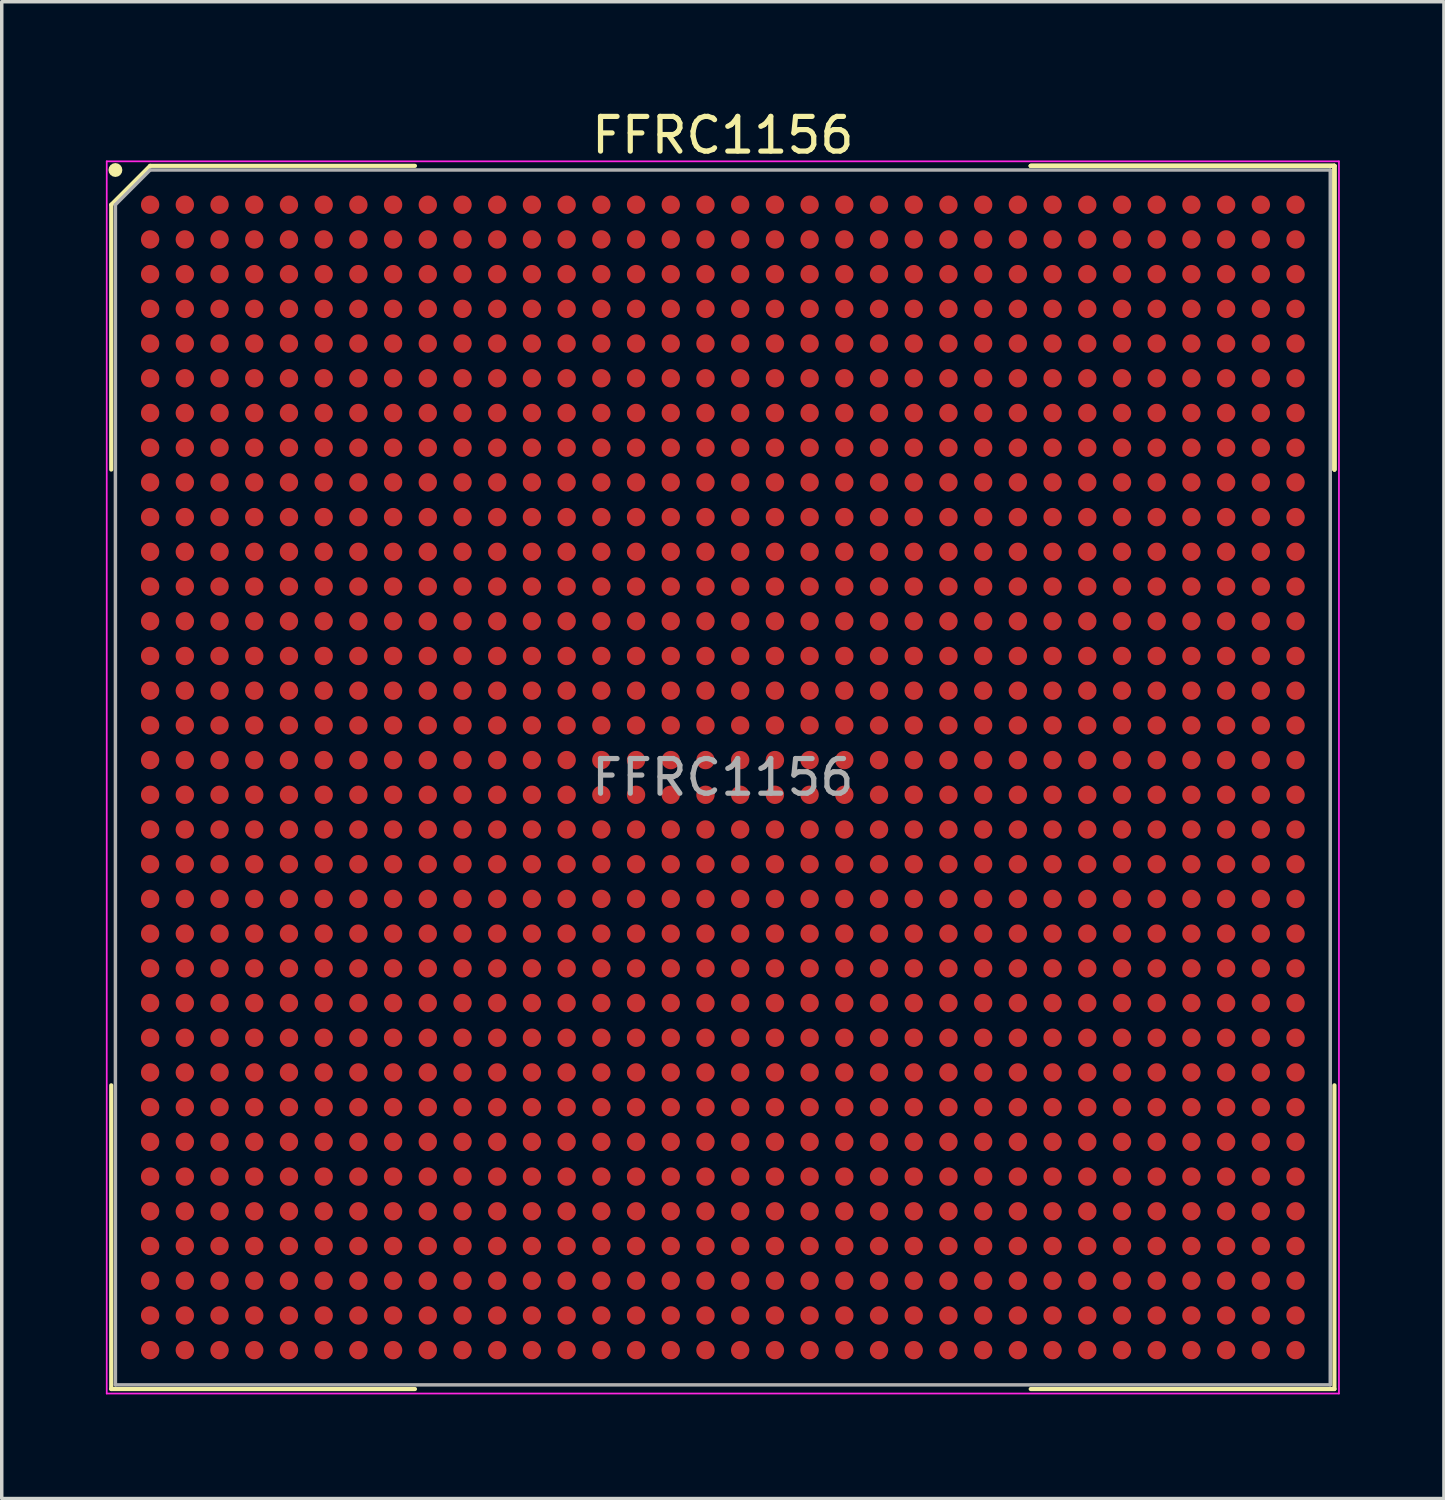
<source format=kicad_pcb>
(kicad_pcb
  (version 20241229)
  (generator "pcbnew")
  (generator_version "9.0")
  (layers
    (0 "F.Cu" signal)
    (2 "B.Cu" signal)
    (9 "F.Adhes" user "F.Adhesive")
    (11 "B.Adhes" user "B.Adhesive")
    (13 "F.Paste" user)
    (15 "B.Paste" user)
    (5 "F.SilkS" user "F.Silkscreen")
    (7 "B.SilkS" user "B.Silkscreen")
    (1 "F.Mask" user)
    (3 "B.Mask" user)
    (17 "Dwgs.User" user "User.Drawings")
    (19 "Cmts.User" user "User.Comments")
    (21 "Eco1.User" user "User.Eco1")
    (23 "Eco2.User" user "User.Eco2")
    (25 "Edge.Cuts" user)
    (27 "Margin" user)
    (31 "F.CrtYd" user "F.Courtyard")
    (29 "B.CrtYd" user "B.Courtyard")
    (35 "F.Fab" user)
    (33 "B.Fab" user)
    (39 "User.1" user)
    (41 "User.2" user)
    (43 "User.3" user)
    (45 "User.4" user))
  (footprint "FFRC1156"
    (layer "F.Cu")
    (at 17.775 19.348)
    (property "Reference" "FFRC1156" (at 0 -18.5 0) (layer "F.SilkS") (effects (font (size 1 1) (thickness 0.15))))
    (attr smd)
    (fp_line (start -17.62 -16.5) (end -17.62 -8.87) (stroke (width 0.12) (type solid)) (layer "F.SilkS"))
    (fp_line (start -17.62 17.62) (end -17.62 8.87) (stroke (width 0.12) (type solid)) (layer "F.SilkS"))
    (fp_line (start -16.5 -17.62) (end -17.62 -16.5) (stroke (width 0.12) (type solid)) (layer "F.SilkS"))
    (fp_line (start -8.87 -17.62) (end -16.5 -17.62) (stroke (width 0.12) (type solid)) (layer "F.SilkS"))
    (fp_line (start -8.87 17.62) (end -17.62 17.62) (stroke (width 0.12) (type solid)) (layer "F.SilkS"))
    (fp_line (start 8.87 -17.62) (end 17.62 -17.62) (stroke (width 0.12) (type solid)) (layer "F.SilkS"))
    (fp_line (start 8.87 -17.62) (end 17.62 -17.62) (stroke (width 0.12) (type solid)) (layer "F.SilkS"))
    (fp_line (start 8.87 -17.62) (end 17.62 -17.62) (stroke (width 0.12) (type solid)) (layer "F.SilkS"))
    (fp_line (start 8.87 17.62) (end 17.62 17.62) (stroke (width 0.12) (type solid)) (layer "F.SilkS"))
    (fp_line (start 17.62 -17.62) (end 17.62 -8.87) (stroke (width 0.12) (type solid)) (layer "F.SilkS"))
    (fp_line (start 17.62 -17.62) (end 17.62 -8.87) (stroke (width 0.12) (type solid)) (layer "F.SilkS"))
    (fp_line (start 17.62 -17.62) (end 17.62 -8.87) (stroke (width 0.12) (type solid)) (layer "F.SilkS"))
    (fp_line (start 17.62 17.62) (end 17.62 8.87) (stroke (width 0.12) (type solid)) (layer "F.SilkS"))
    (fp_circle (center -17.5 -17.5) (end -17.5 -17.4) (stroke (width 0.2) (type solid)) (fill no) (layer "F.SilkS"))
    (fp_line (start -17.75 -17.75) (end 17.75 -17.75) (stroke (width 0.05) (type solid)) (layer "F.CrtYd"))
    (fp_line (start -17.75 17.75) (end -17.75 -17.75) (stroke (width 0.05) (type solid)) (layer "F.CrtYd"))
    (fp_line (start 17.75 -17.75) (end 17.75 17.75) (stroke (width 0.05) (type solid)) (layer "F.CrtYd"))
    (fp_line (start 17.75 17.75) (end -17.75 17.75) (stroke (width 0.05) (type solid)) (layer "F.CrtYd"))
    (fp_line (start -17.5 -16.5) (end -17.5 17.5) (stroke (width 0.1) (type solid)) (layer "F.Fab"))
    (fp_line (start -17.5 17.5) (end 17.5 17.5) (stroke (width 0.1) (type solid)) (layer "F.Fab"))
    (fp_line (start -16.5 -17.5) (end -17.5 -16.5) (stroke (width 0.1) (type solid)) (layer "F.Fab"))
    (fp_line (start 17.5 -17.5) (end -16.5 -17.5) (stroke (width 0.1) (type solid)) (layer "F.Fab"))
    (fp_line (start 17.5 17.5) (end 17.5 -17.5) (stroke (width 0.1) (type solid)) (layer "F.Fab"))
    (fp_text user "${REFERENCE}" (at 0 0 0) (layer "F.Fab") (effects (font (size 1 1) (thickness 0.15))))
    (pad "A1" smd circle (at -16.5 -16.5) (size 0.53 0.53) (layers "F.Cu" "F.Mask" "F.Paste"))
    (pad "A2" smd circle (at -15.5 -16.5) (size 0.53 0.53) (layers "F.Cu" "F.Mask" "F.Paste"))
    (pad "A3" smd circle (at -14.5 -16.5) (size 0.53 0.53) (layers "F.Cu" "F.Mask" "F.Paste"))
    (pad "A4" smd circle (at -13.5 -16.5) (size 0.53 0.53) (layers "F.Cu" "F.Mask" "F.Paste"))
    (pad "A5" smd circle (at -12.5 -16.5) (size 0.53 0.53) (layers "F.Cu" "F.Mask" "F.Paste"))
    (pad "A6" smd circle (at -11.5 -16.5) (size 0.53 0.53) (layers "F.Cu" "F.Mask" "F.Paste"))
    (pad "A7" smd circle (at -10.5 -16.5) (size 0.53 0.53) (layers "F.Cu" "F.Mask" "F.Paste"))
    (pad "A8" smd circle (at -9.5 -16.5) (size 0.53 0.53) (layers "F.Cu" "F.Mask" "F.Paste"))
    (pad "A9" smd circle (at -8.5 -16.5) (size 0.53 0.53) (layers "F.Cu" "F.Mask" "F.Paste"))
    (pad "A10" smd circle (at -7.5 -16.5) (size 0.53 0.53) (layers "F.Cu" "F.Mask" "F.Paste"))
    (pad "A11" smd circle (at -6.5 -16.5) (size 0.53 0.53) (layers "F.Cu" "F.Mask" "F.Paste"))
    (pad "A12" smd circle (at -5.5 -16.5) (size 0.53 0.53) (layers "F.Cu" "F.Mask" "F.Paste"))
    (pad "A13" smd circle (at -4.5 -16.5) (size 0.53 0.53) (layers "F.Cu" "F.Mask" "F.Paste"))
    (pad "A14" smd circle (at -3.5 -16.5) (size 0.53 0.53) (layers "F.Cu" "F.Mask" "F.Paste"))
    (pad "A15" smd circle (at -2.5 -16.5) (size 0.53 0.53) (layers "F.Cu" "F.Mask" "F.Paste"))
    (pad "A16" smd circle (at -1.5 -16.5) (size 0.53 0.53) (layers "F.Cu" "F.Mask" "F.Paste"))
    (pad "A17" smd circle (at -0.5 -16.5) (size 0.53 0.53) (layers "F.Cu" "F.Mask" "F.Paste"))
    (pad "A18" smd circle (at 0.5 -16.5) (size 0.53 0.53) (layers "F.Cu" "F.Mask" "F.Paste"))
    (pad "A19" smd circle (at 1.5 -16.5) (size 0.53 0.53) (layers "F.Cu" "F.Mask" "F.Paste"))
    (pad "A20" smd circle (at 2.5 -16.5) (size 0.53 0.53) (layers "F.Cu" "F.Mask" "F.Paste"))
    (pad "A21" smd circle (at 3.5 -16.5) (size 0.53 0.53) (layers "F.Cu" "F.Mask" "F.Paste"))
    (pad "A22" smd circle (at 4.5 -16.5) (size 0.53 0.53) (layers "F.Cu" "F.Mask" "F.Paste"))
    (pad "A23" smd circle (at 5.5 -16.5) (size 0.53 0.53) (layers "F.Cu" "F.Mask" "F.Paste"))
    (pad "A24" smd circle (at 6.5 -16.5) (size 0.53 0.53) (layers "F.Cu" "F.Mask" "F.Paste"))
    (pad "A25" smd circle (at 7.5 -16.5) (size 0.53 0.53) (layers "F.Cu" "F.Mask" "F.Paste"))
    (pad "A26" smd circle (at 8.5 -16.5) (size 0.53 0.53) (layers "F.Cu" "F.Mask" "F.Paste"))
    (pad "A27" smd circle (at 9.5 -16.5) (size 0.53 0.53) (layers "F.Cu" "F.Mask" "F.Paste"))
    (pad "A28" smd circle (at 10.5 -16.5) (size 0.53 0.53) (layers "F.Cu" "F.Mask" "F.Paste"))
    (pad "A29" smd circle (at 11.5 -16.5) (size 0.53 0.53) (layers "F.Cu" "F.Mask" "F.Paste"))
    (pad "A30" smd circle (at 12.5 -16.5) (size 0.53 0.53) (layers "F.Cu" "F.Mask" "F.Paste"))
    (pad "A31" smd circle (at 13.5 -16.5) (size 0.53 0.53) (layers "F.Cu" "F.Mask" "F.Paste"))
    (pad "A32" smd circle (at 14.5 -16.5) (size 0.53 0.53) (layers "F.Cu" "F.Mask" "F.Paste"))
    (pad "A33" smd circle (at 15.5 -16.5) (size 0.53 0.53) (layers "F.Cu" "F.Mask" "F.Paste"))
    (pad "A34" smd circle (at 16.5 -16.5) (size 0.53 0.53) (layers "F.Cu" "F.Mask" "F.Paste"))
    (pad "AA1" smd circle (at -16.5 3.5) (size 0.53 0.53) (layers "F.Cu" "F.Mask" "F.Paste"))
    (pad "AA2" smd circle (at -15.5 3.5) (size 0.53 0.53) (layers "F.Cu" "F.Mask" "F.Paste"))
    (pad "AA3" smd circle (at -14.5 3.5) (size 0.53 0.53) (layers "F.Cu" "F.Mask" "F.Paste"))
    (pad "AA4" smd circle (at -13.5 3.5) (size 0.53 0.53) (layers "F.Cu" "F.Mask" "F.Paste"))
    (pad "AA5" smd circle (at -12.5 3.5) (size 0.53 0.53) (layers "F.Cu" "F.Mask" "F.Paste"))
    (pad "AA6" smd circle (at -11.5 3.5) (size 0.53 0.53) (layers "F.Cu" "F.Mask" "F.Paste"))
    (pad "AA7" smd circle (at -10.5 3.5) (size 0.53 0.53) (layers "F.Cu" "F.Mask" "F.Paste"))
    (pad "AA8" smd circle (at -9.5 3.5) (size 0.53 0.53) (layers "F.Cu" "F.Mask" "F.Paste"))
    (pad "AA9" smd circle (at -8.5 3.5) (size 0.53 0.53) (layers "F.Cu" "F.Mask" "F.Paste"))
    (pad "AA10" smd circle (at -7.5 3.5) (size 0.53 0.53) (layers "F.Cu" "F.Mask" "F.Paste"))
    (pad "AA11" smd circle (at -6.5 3.5) (size 0.53 0.53) (layers "F.Cu" "F.Mask" "F.Paste"))
    (pad "AA12" smd circle (at -5.5 3.5) (size 0.53 0.53) (layers "F.Cu" "F.Mask" "F.Paste"))
    (pad "AA13" smd circle (at -4.5 3.5) (size 0.53 0.53) (layers "F.Cu" "F.Mask" "F.Paste"))
    (pad "AA14" smd circle (at -3.5 3.5) (size 0.53 0.53) (layers "F.Cu" "F.Mask" "F.Paste"))
    (pad "AA15" smd circle (at -2.5 3.5) (size 0.53 0.53) (layers "F.Cu" "F.Mask" "F.Paste"))
    (pad "AA16" smd circle (at -1.5 3.5) (size 0.53 0.53) (layers "F.Cu" "F.Mask" "F.Paste"))
    (pad "AA17" smd circle (at -0.5 3.5) (size 0.53 0.53) (layers "F.Cu" "F.Mask" "F.Paste"))
    (pad "AA18" smd circle (at 0.5 3.5) (size 0.53 0.53) (layers "F.Cu" "F.Mask" "F.Paste"))
    (pad "AA19" smd circle (at 1.5 3.5) (size 0.53 0.53) (layers "F.Cu" "F.Mask" "F.Paste"))
    (pad "AA20" smd circle (at 2.5 3.5) (size 0.53 0.53) (layers "F.Cu" "F.Mask" "F.Paste"))
    (pad "AA21" smd circle (at 3.5 3.5) (size 0.53 0.53) (layers "F.Cu" "F.Mask" "F.Paste"))
    (pad "AA22" smd circle (at 4.5 3.5) (size 0.53 0.53) (layers "F.Cu" "F.Mask" "F.Paste"))
    (pad "AA23" smd circle (at 5.5 3.5) (size 0.53 0.53) (layers "F.Cu" "F.Mask" "F.Paste"))
    (pad "AA24" smd circle (at 6.5 3.5) (size 0.53 0.53) (layers "F.Cu" "F.Mask" "F.Paste"))
    (pad "AA25" smd circle (at 7.5 3.5) (size 0.53 0.53) (layers "F.Cu" "F.Mask" "F.Paste"))
    (pad "AA26" smd circle (at 8.5 3.5) (size 0.53 0.53) (layers "F.Cu" "F.Mask" "F.Paste"))
    (pad "AA27" smd circle (at 9.5 3.5) (size 0.53 0.53) (layers "F.Cu" "F.Mask" "F.Paste"))
    (pad "AA28" smd circle (at 10.5 3.5) (size 0.53 0.53) (layers "F.Cu" "F.Mask" "F.Paste"))
    (pad "AA29" smd circle (at 11.5 3.5) (size 0.53 0.53) (layers "F.Cu" "F.Mask" "F.Paste"))
    (pad "AA30" smd circle (at 12.5 3.5) (size 0.53 0.53) (layers "F.Cu" "F.Mask" "F.Paste"))
    (pad "AA31" smd circle (at 13.5 3.5) (size 0.53 0.53) (layers "F.Cu" "F.Mask" "F.Paste"))
    (pad "AA32" smd circle (at 14.5 3.5) (size 0.53 0.53) (layers "F.Cu" "F.Mask" "F.Paste"))
    (pad "AA33" smd circle (at 15.5 3.5) (size 0.53 0.53) (layers "F.Cu" "F.Mask" "F.Paste"))
    (pad "AA34" smd circle (at 16.5 3.5) (size 0.53 0.53) (layers "F.Cu" "F.Mask" "F.Paste"))
    (pad "AB1" smd circle (at -16.5 4.5) (size 0.53 0.53) (layers "F.Cu" "F.Mask" "F.Paste"))
    (pad "AB2" smd circle (at -15.5 4.5) (size 0.53 0.53) (layers "F.Cu" "F.Mask" "F.Paste"))
    (pad "AB3" smd circle (at -14.5 4.5) (size 0.53 0.53) (layers "F.Cu" "F.Mask" "F.Paste"))
    (pad "AB4" smd circle (at -13.5 4.5) (size 0.53 0.53) (layers "F.Cu" "F.Mask" "F.Paste"))
    (pad "AB5" smd circle (at -12.5 4.5) (size 0.53 0.53) (layers "F.Cu" "F.Mask" "F.Paste"))
    (pad "AB6" smd circle (at -11.5 4.5) (size 0.53 0.53) (layers "F.Cu" "F.Mask" "F.Paste"))
    (pad "AB7" smd circle (at -10.5 4.5) (size 0.53 0.53) (layers "F.Cu" "F.Mask" "F.Paste"))
    (pad "AB8" smd circle (at -9.5 4.5) (size 0.53 0.53) (layers "F.Cu" "F.Mask" "F.Paste"))
    (pad "AB9" smd circle (at -8.5 4.5) (size 0.53 0.53) (layers "F.Cu" "F.Mask" "F.Paste"))
    (pad "AB10" smd circle (at -7.5 4.5) (size 0.53 0.53) (layers "F.Cu" "F.Mask" "F.Paste"))
    (pad "AB11" smd circle (at -6.5 4.5) (size 0.53 0.53) (layers "F.Cu" "F.Mask" "F.Paste"))
    (pad "AB12" smd circle (at -5.5 4.5) (size 0.53 0.53) (layers "F.Cu" "F.Mask" "F.Paste"))
    (pad "AB13" smd circle (at -4.5 4.5) (size 0.53 0.53) (layers "F.Cu" "F.Mask" "F.Paste"))
    (pad "AB14" smd circle (at -3.5 4.5) (size 0.53 0.53) (layers "F.Cu" "F.Mask" "F.Paste"))
    (pad "AB15" smd circle (at -2.5 4.5) (size 0.53 0.53) (layers "F.Cu" "F.Mask" "F.Paste"))
    (pad "AB16" smd circle (at -1.5 4.5) (size 0.53 0.53) (layers "F.Cu" "F.Mask" "F.Paste"))
    (pad "AB17" smd circle (at -0.5 4.5) (size 0.53 0.53) (layers "F.Cu" "F.Mask" "F.Paste"))
    (pad "AB18" smd circle (at 0.5 4.5) (size 0.53 0.53) (layers "F.Cu" "F.Mask" "F.Paste"))
    (pad "AB19" smd circle (at 1.5 4.5) (size 0.53 0.53) (layers "F.Cu" "F.Mask" "F.Paste"))
    (pad "AB20" smd circle (at 2.5 4.5) (size 0.53 0.53) (layers "F.Cu" "F.Mask" "F.Paste"))
    (pad "AB21" smd circle (at 3.5 4.5) (size 0.53 0.53) (layers "F.Cu" "F.Mask" "F.Paste"))
    (pad "AB22" smd circle (at 4.5 4.5) (size 0.53 0.53) (layers "F.Cu" "F.Mask" "F.Paste"))
    (pad "AB23" smd circle (at 5.5 4.5) (size 0.53 0.53) (layers "F.Cu" "F.Mask" "F.Paste"))
    (pad "AB24" smd circle (at 6.5 4.5) (size 0.53 0.53) (layers "F.Cu" "F.Mask" "F.Paste"))
    (pad "AB25" smd circle (at 7.5 4.5) (size 0.53 0.53) (layers "F.Cu" "F.Mask" "F.Paste"))
    (pad "AB26" smd circle (at 8.5 4.5) (size 0.53 0.53) (layers "F.Cu" "F.Mask" "F.Paste"))
    (pad "AB27" smd circle (at 9.5 4.5) (size 0.53 0.53) (layers "F.Cu" "F.Mask" "F.Paste"))
    (pad "AB28" smd circle (at 10.5 4.5) (size 0.53 0.53) (layers "F.Cu" "F.Mask" "F.Paste"))
    (pad "AB29" smd circle (at 11.5 4.5) (size 0.53 0.53) (layers "F.Cu" "F.Mask" "F.Paste"))
    (pad "AB30" smd circle (at 12.5 4.5) (size 0.53 0.53) (layers "F.Cu" "F.Mask" "F.Paste"))
    (pad "AB31" smd circle (at 13.5 4.5) (size 0.53 0.53) (layers "F.Cu" "F.Mask" "F.Paste"))
    (pad "AB32" smd circle (at 14.5 4.5) (size 0.53 0.53) (layers "F.Cu" "F.Mask" "F.Paste"))
    (pad "AB33" smd circle (at 15.5 4.5) (size 0.53 0.53) (layers "F.Cu" "F.Mask" "F.Paste"))
    (pad "AB34" smd circle (at 16.5 4.5) (size 0.53 0.53) (layers "F.Cu" "F.Mask" "F.Paste"))
    (pad "AC1" smd circle (at -16.5 5.5) (size 0.53 0.53) (layers "F.Cu" "F.Mask" "F.Paste"))
    (pad "AC2" smd circle (at -15.5 5.5) (size 0.53 0.53) (layers "F.Cu" "F.Mask" "F.Paste"))
    (pad "AC3" smd circle (at -14.5 5.5) (size 0.53 0.53) (layers "F.Cu" "F.Mask" "F.Paste"))
    (pad "AC4" smd circle (at -13.5 5.5) (size 0.53 0.53) (layers "F.Cu" "F.Mask" "F.Paste"))
    (pad "AC5" smd circle (at -12.5 5.5) (size 0.53 0.53) (layers "F.Cu" "F.Mask" "F.Paste"))
    (pad "AC6" smd circle (at -11.5 5.5) (size 0.53 0.53) (layers "F.Cu" "F.Mask" "F.Paste"))
    (pad "AC7" smd circle (at -10.5 5.5) (size 0.53 0.53) (layers "F.Cu" "F.Mask" "F.Paste"))
    (pad "AC8" smd circle (at -9.5 5.5) (size 0.53 0.53) (layers "F.Cu" "F.Mask" "F.Paste"))
    (pad "AC9" smd circle (at -8.5 5.5) (size 0.53 0.53) (layers "F.Cu" "F.Mask" "F.Paste"))
    (pad "AC10" smd circle (at -7.5 5.5) (size 0.53 0.53) (layers "F.Cu" "F.Mask" "F.Paste"))
    (pad "AC11" smd circle (at -6.5 5.5) (size 0.53 0.53) (layers "F.Cu" "F.Mask" "F.Paste"))
    (pad "AC12" smd circle (at -5.5 5.5) (size 0.53 0.53) (layers "F.Cu" "F.Mask" "F.Paste"))
    (pad "AC13" smd circle (at -4.5 5.5) (size 0.53 0.53) (layers "F.Cu" "F.Mask" "F.Paste"))
    (pad "AC14" smd circle (at -3.5 5.5) (size 0.53 0.53) (layers "F.Cu" "F.Mask" "F.Paste"))
    (pad "AC15" smd circle (at -2.5 5.5) (size 0.53 0.53) (layers "F.Cu" "F.Mask" "F.Paste"))
    (pad "AC16" smd circle (at -1.5 5.5) (size 0.53 0.53) (layers "F.Cu" "F.Mask" "F.Paste"))
    (pad "AC17" smd circle (at -0.5 5.5) (size 0.53 0.53) (layers "F.Cu" "F.Mask" "F.Paste"))
    (pad "AC18" smd circle (at 0.5 5.5) (size 0.53 0.53) (layers "F.Cu" "F.Mask" "F.Paste"))
    (pad "AC19" smd circle (at 1.5 5.5) (size 0.53 0.53) (layers "F.Cu" "F.Mask" "F.Paste"))
    (pad "AC20" smd circle (at 2.5 5.5) (size 0.53 0.53) (layers "F.Cu" "F.Mask" "F.Paste"))
    (pad "AC21" smd circle (at 3.5 5.5) (size 0.53 0.53) (layers "F.Cu" "F.Mask" "F.Paste"))
    (pad "AC22" smd circle (at 4.5 5.5) (size 0.53 0.53) (layers "F.Cu" "F.Mask" "F.Paste"))
    (pad "AC23" smd circle (at 5.5 5.5) (size 0.53 0.53) (layers "F.Cu" "F.Mask" "F.Paste"))
    (pad "AC24" smd circle (at 6.5 5.5) (size 0.53 0.53) (layers "F.Cu" "F.Mask" "F.Paste"))
    (pad "AC25" smd circle (at 7.5 5.5) (size 0.53 0.53) (layers "F.Cu" "F.Mask" "F.Paste"))
    (pad "AC26" smd circle (at 8.5 5.5) (size 0.53 0.53) (layers "F.Cu" "F.Mask" "F.Paste"))
    (pad "AC27" smd circle (at 9.5 5.5) (size 0.53 0.53) (layers "F.Cu" "F.Mask" "F.Paste"))
    (pad "AC28" smd circle (at 10.5 5.5) (size 0.53 0.53) (layers "F.Cu" "F.Mask" "F.Paste"))
    (pad "AC29" smd circle (at 11.5 5.5) (size 0.53 0.53) (layers "F.Cu" "F.Mask" "F.Paste"))
    (pad "AC30" smd circle (at 12.5 5.5) (size 0.53 0.53) (layers "F.Cu" "F.Mask" "F.Paste"))
    (pad "AC31" smd circle (at 13.5 5.5) (size 0.53 0.53) (layers "F.Cu" "F.Mask" "F.Paste"))
    (pad "AC32" smd circle (at 14.5 5.5) (size 0.53 0.53) (layers "F.Cu" "F.Mask" "F.Paste"))
    (pad "AC33" smd circle (at 15.5 5.5) (size 0.53 0.53) (layers "F.Cu" "F.Mask" "F.Paste"))
    (pad "AC34" smd circle (at 16.5 5.5) (size 0.53 0.53) (layers "F.Cu" "F.Mask" "F.Paste"))
    (pad "AD1" smd circle (at -16.5 6.5) (size 0.53 0.53) (layers "F.Cu" "F.Mask" "F.Paste"))
    (pad "AD2" smd circle (at -15.5 6.5) (size 0.53 0.53) (layers "F.Cu" "F.Mask" "F.Paste"))
    (pad "AD3" smd circle (at -14.5 6.5) (size 0.53 0.53) (layers "F.Cu" "F.Mask" "F.Paste"))
    (pad "AD4" smd circle (at -13.5 6.5) (size 0.53 0.53) (layers "F.Cu" "F.Mask" "F.Paste"))
    (pad "AD5" smd circle (at -12.5 6.5) (size 0.53 0.53) (layers "F.Cu" "F.Mask" "F.Paste"))
    (pad "AD6" smd circle (at -11.5 6.5) (size 0.53 0.53) (layers "F.Cu" "F.Mask" "F.Paste"))
    (pad "AD7" smd circle (at -10.5 6.5) (size 0.53 0.53) (layers "F.Cu" "F.Mask" "F.Paste"))
    (pad "AD8" smd circle (at -9.5 6.5) (size 0.53 0.53) (layers "F.Cu" "F.Mask" "F.Paste"))
    (pad "AD9" smd circle (at -8.5 6.5) (size 0.53 0.53) (layers "F.Cu" "F.Mask" "F.Paste"))
    (pad "AD10" smd circle (at -7.5 6.5) (size 0.53 0.53) (layers "F.Cu" "F.Mask" "F.Paste"))
    (pad "AD11" smd circle (at -6.5 6.5) (size 0.53 0.53) (layers "F.Cu" "F.Mask" "F.Paste"))
    (pad "AD12" smd circle (at -5.5 6.5) (size 0.53 0.53) (layers "F.Cu" "F.Mask" "F.Paste"))
    (pad "AD13" smd circle (at -4.5 6.5) (size 0.53 0.53) (layers "F.Cu" "F.Mask" "F.Paste"))
    (pad "AD14" smd circle (at -3.5 6.5) (size 0.53 0.53) (layers "F.Cu" "F.Mask" "F.Paste"))
    (pad "AD15" smd circle (at -2.5 6.5) (size 0.53 0.53) (layers "F.Cu" "F.Mask" "F.Paste"))
    (pad "AD16" smd circle (at -1.5 6.5) (size 0.53 0.53) (layers "F.Cu" "F.Mask" "F.Paste"))
    (pad "AD17" smd circle (at -0.5 6.5) (size 0.53 0.53) (layers "F.Cu" "F.Mask" "F.Paste"))
    (pad "AD18" smd circle (at 0.5 6.5) (size 0.53 0.53) (layers "F.Cu" "F.Mask" "F.Paste"))
    (pad "AD19" smd circle (at 1.5 6.5) (size 0.53 0.53) (layers "F.Cu" "F.Mask" "F.Paste"))
    (pad "AD20" smd circle (at 2.5 6.5) (size 0.53 0.53) (layers "F.Cu" "F.Mask" "F.Paste"))
    (pad "AD21" smd circle (at 3.5 6.5) (size 0.53 0.53) (layers "F.Cu" "F.Mask" "F.Paste"))
    (pad "AD22" smd circle (at 4.5 6.5) (size 0.53 0.53) (layers "F.Cu" "F.Mask" "F.Paste"))
    (pad "AD23" smd circle (at 5.5 6.5) (size 0.53 0.53) (layers "F.Cu" "F.Mask" "F.Paste"))
    (pad "AD24" smd circle (at 6.5 6.5) (size 0.53 0.53) (layers "F.Cu" "F.Mask" "F.Paste"))
    (pad "AD25" smd circle (at 7.5 6.5) (size 0.53 0.53) (layers "F.Cu" "F.Mask" "F.Paste"))
    (pad "AD26" smd circle (at 8.5 6.5) (size 0.53 0.53) (layers "F.Cu" "F.Mask" "F.Paste"))
    (pad "AD27" smd circle (at 9.5 6.5) (size 0.53 0.53) (layers "F.Cu" "F.Mask" "F.Paste"))
    (pad "AD28" smd circle (at 10.5 6.5) (size 0.53 0.53) (layers "F.Cu" "F.Mask" "F.Paste"))
    (pad "AD29" smd circle (at 11.5 6.5) (size 0.53 0.53) (layers "F.Cu" "F.Mask" "F.Paste"))
    (pad "AD30" smd circle (at 12.5 6.5) (size 0.53 0.53) (layers "F.Cu" "F.Mask" "F.Paste"))
    (pad "AD31" smd circle (at 13.5 6.5) (size 0.53 0.53) (layers "F.Cu" "F.Mask" "F.Paste"))
    (pad "AD32" smd circle (at 14.5 6.5) (size 0.53 0.53) (layers "F.Cu" "F.Mask" "F.Paste"))
    (pad "AD33" smd circle (at 15.5 6.5) (size 0.53 0.53) (layers "F.Cu" "F.Mask" "F.Paste"))
    (pad "AD34" smd circle (at 16.5 6.5) (size 0.53 0.53) (layers "F.Cu" "F.Mask" "F.Paste"))
    (pad "AE1" smd circle (at -16.5 7.5) (size 0.53 0.53) (layers "F.Cu" "F.Mask" "F.Paste"))
    (pad "AE2" smd circle (at -15.5 7.5) (size 0.53 0.53) (layers "F.Cu" "F.Mask" "F.Paste"))
    (pad "AE3" smd circle (at -14.5 7.5) (size 0.53 0.53) (layers "F.Cu" "F.Mask" "F.Paste"))
    (pad "AE4" smd circle (at -13.5 7.5) (size 0.53 0.53) (layers "F.Cu" "F.Mask" "F.Paste"))
    (pad "AE5" smd circle (at -12.5 7.5) (size 0.53 0.53) (layers "F.Cu" "F.Mask" "F.Paste"))
    (pad "AE6" smd circle (at -11.5 7.5) (size 0.53 0.53) (layers "F.Cu" "F.Mask" "F.Paste"))
    (pad "AE7" smd circle (at -10.5 7.5) (size 0.53 0.53) (layers "F.Cu" "F.Mask" "F.Paste"))
    (pad "AE8" smd circle (at -9.5 7.5) (size 0.53 0.53) (layers "F.Cu" "F.Mask" "F.Paste"))
    (pad "AE9" smd circle (at -8.5 7.5) (size 0.53 0.53) (layers "F.Cu" "F.Mask" "F.Paste"))
    (pad "AE10" smd circle (at -7.5 7.5) (size 0.53 0.53) (layers "F.Cu" "F.Mask" "F.Paste"))
    (pad "AE11" smd circle (at -6.5 7.5) (size 0.53 0.53) (layers "F.Cu" "F.Mask" "F.Paste"))
    (pad "AE12" smd circle (at -5.5 7.5) (size 0.53 0.53) (layers "F.Cu" "F.Mask" "F.Paste"))
    (pad "AE13" smd circle (at -4.5 7.5) (size 0.53 0.53) (layers "F.Cu" "F.Mask" "F.Paste"))
    (pad "AE14" smd circle (at -3.5 7.5) (size 0.53 0.53) (layers "F.Cu" "F.Mask" "F.Paste"))
    (pad "AE15" smd circle (at -2.5 7.5) (size 0.53 0.53) (layers "F.Cu" "F.Mask" "F.Paste"))
    (pad "AE16" smd circle (at -1.5 7.5) (size 0.53 0.53) (layers "F.Cu" "F.Mask" "F.Paste"))
    (pad "AE17" smd circle (at -0.5 7.5) (size 0.53 0.53) (layers "F.Cu" "F.Mask" "F.Paste"))
    (pad "AE18" smd circle (at 0.5 7.5) (size 0.53 0.53) (layers "F.Cu" "F.Mask" "F.Paste"))
    (pad "AE19" smd circle (at 1.5 7.5) (size 0.53 0.53) (layers "F.Cu" "F.Mask" "F.Paste"))
    (pad "AE20" smd circle (at 2.5 7.5) (size 0.53 0.53) (layers "F.Cu" "F.Mask" "F.Paste"))
    (pad "AE21" smd circle (at 3.5 7.5) (size 0.53 0.53) (layers "F.Cu" "F.Mask" "F.Paste"))
    (pad "AE22" smd circle (at 4.5 7.5) (size 0.53 0.53) (layers "F.Cu" "F.Mask" "F.Paste"))
    (pad "AE23" smd circle (at 5.5 7.5) (size 0.53 0.53) (layers "F.Cu" "F.Mask" "F.Paste"))
    (pad "AE24" smd circle (at 6.5 7.5) (size 0.53 0.53) (layers "F.Cu" "F.Mask" "F.Paste"))
    (pad "AE25" smd circle (at 7.5 7.5) (size 0.53 0.53) (layers "F.Cu" "F.Mask" "F.Paste"))
    (pad "AE26" smd circle (at 8.5 7.5) (size 0.53 0.53) (layers "F.Cu" "F.Mask" "F.Paste"))
    (pad "AE27" smd circle (at 9.5 7.5) (size 0.53 0.53) (layers "F.Cu" "F.Mask" "F.Paste"))
    (pad "AE28" smd circle (at 10.5 7.5) (size 0.53 0.53) (layers "F.Cu" "F.Mask" "F.Paste"))
    (pad "AE29" smd circle (at 11.5 7.5) (size 0.53 0.53) (layers "F.Cu" "F.Mask" "F.Paste"))
    (pad "AE30" smd circle (at 12.5 7.5) (size 0.53 0.53) (layers "F.Cu" "F.Mask" "F.Paste"))
    (pad "AE31" smd circle (at 13.5 7.5) (size 0.53 0.53) (layers "F.Cu" "F.Mask" "F.Paste"))
    (pad "AE32" smd circle (at 14.5 7.5) (size 0.53 0.53) (layers "F.Cu" "F.Mask" "F.Paste"))
    (pad "AE33" smd circle (at 15.5 7.5) (size 0.53 0.53) (layers "F.Cu" "F.Mask" "F.Paste"))
    (pad "AE34" smd circle (at 16.5 7.5) (size 0.53 0.53) (layers "F.Cu" "F.Mask" "F.Paste"))
    (pad "AF1" smd circle (at -16.5 8.5) (size 0.53 0.53) (layers "F.Cu" "F.Mask" "F.Paste"))
    (pad "AF2" smd circle (at -15.5 8.5) (size 0.53 0.53) (layers "F.Cu" "F.Mask" "F.Paste"))
    (pad "AF3" smd circle (at -14.5 8.5) (size 0.53 0.53) (layers "F.Cu" "F.Mask" "F.Paste"))
    (pad "AF4" smd circle (at -13.5 8.5) (size 0.53 0.53) (layers "F.Cu" "F.Mask" "F.Paste"))
    (pad "AF5" smd circle (at -12.5 8.5) (size 0.53 0.53) (layers "F.Cu" "F.Mask" "F.Paste"))
    (pad "AF6" smd circle (at -11.5 8.5) (size 0.53 0.53) (layers "F.Cu" "F.Mask" "F.Paste"))
    (pad "AF7" smd circle (at -10.5 8.5) (size 0.53 0.53) (layers "F.Cu" "F.Mask" "F.Paste"))
    (pad "AF8" smd circle (at -9.5 8.5) (size 0.53 0.53) (layers "F.Cu" "F.Mask" "F.Paste"))
    (pad "AF9" smd circle (at -8.5 8.5) (size 0.53 0.53) (layers "F.Cu" "F.Mask" "F.Paste"))
    (pad "AF10" smd circle (at -7.5 8.5) (size 0.53 0.53) (layers "F.Cu" "F.Mask" "F.Paste"))
    (pad "AF11" smd circle (at -6.5 8.5) (size 0.53 0.53) (layers "F.Cu" "F.Mask" "F.Paste"))
    (pad "AF12" smd circle (at -5.5 8.5) (size 0.53 0.53) (layers "F.Cu" "F.Mask" "F.Paste"))
    (pad "AF13" smd circle (at -4.5 8.5) (size 0.53 0.53) (layers "F.Cu" "F.Mask" "F.Paste"))
    (pad "AF14" smd circle (at -3.5 8.5) (size 0.53 0.53) (layers "F.Cu" "F.Mask" "F.Paste"))
    (pad "AF15" smd circle (at -2.5 8.5) (size 0.53 0.53) (layers "F.Cu" "F.Mask" "F.Paste"))
    (pad "AF16" smd circle (at -1.5 8.5) (size 0.53 0.53) (layers "F.Cu" "F.Mask" "F.Paste"))
    (pad "AF17" smd circle (at -0.5 8.5) (size 0.53 0.53) (layers "F.Cu" "F.Mask" "F.Paste"))
    (pad "AF18" smd circle (at 0.5 8.5) (size 0.53 0.53) (layers "F.Cu" "F.Mask" "F.Paste"))
    (pad "AF19" smd circle (at 1.5 8.5) (size 0.53 0.53) (layers "F.Cu" "F.Mask" "F.Paste"))
    (pad "AF20" smd circle (at 2.5 8.5) (size 0.53 0.53) (layers "F.Cu" "F.Mask" "F.Paste"))
    (pad "AF21" smd circle (at 3.5 8.5) (size 0.53 0.53) (layers "F.Cu" "F.Mask" "F.Paste"))
    (pad "AF22" smd circle (at 4.5 8.5) (size 0.53 0.53) (layers "F.Cu" "F.Mask" "F.Paste"))
    (pad "AF23" smd circle (at 5.5 8.5) (size 0.53 0.53) (layers "F.Cu" "F.Mask" "F.Paste"))
    (pad "AF24" smd circle (at 6.5 8.5) (size 0.53 0.53) (layers "F.Cu" "F.Mask" "F.Paste"))
    (pad "AF25" smd circle (at 7.5 8.5) (size 0.53 0.53) (layers "F.Cu" "F.Mask" "F.Paste"))
    (pad "AF26" smd circle (at 8.5 8.5) (size 0.53 0.53) (layers "F.Cu" "F.Mask" "F.Paste"))
    (pad "AF27" smd circle (at 9.5 8.5) (size 0.53 0.53) (layers "F.Cu" "F.Mask" "F.Paste"))
    (pad "AF28" smd circle (at 10.5 8.5) (size 0.53 0.53) (layers "F.Cu" "F.Mask" "F.Paste"))
    (pad "AF29" smd circle (at 11.5 8.5) (size 0.53 0.53) (layers "F.Cu" "F.Mask" "F.Paste"))
    (pad "AF30" smd circle (at 12.5 8.5) (size 0.53 0.53) (layers "F.Cu" "F.Mask" "F.Paste"))
    (pad "AF31" smd circle (at 13.5 8.5) (size 0.53 0.53) (layers "F.Cu" "F.Mask" "F.Paste"))
    (pad "AF32" smd circle (at 14.5 8.5) (size 0.53 0.53) (layers "F.Cu" "F.Mask" "F.Paste"))
    (pad "AF33" smd circle (at 15.5 8.5) (size 0.53 0.53) (layers "F.Cu" "F.Mask" "F.Paste"))
    (pad "AF34" smd circle (at 16.5 8.5) (size 0.53 0.53) (layers "F.Cu" "F.Mask" "F.Paste"))
    (pad "AG1" smd circle (at -16.5 9.5) (size 0.53 0.53) (layers "F.Cu" "F.Mask" "F.Paste"))
    (pad "AG2" smd circle (at -15.5 9.5) (size 0.53 0.53) (layers "F.Cu" "F.Mask" "F.Paste"))
    (pad "AG3" smd circle (at -14.5 9.5) (size 0.53 0.53) (layers "F.Cu" "F.Mask" "F.Paste"))
    (pad "AG4" smd circle (at -13.5 9.5) (size 0.53 0.53) (layers "F.Cu" "F.Mask" "F.Paste"))
    (pad "AG5" smd circle (at -12.5 9.5) (size 0.53 0.53) (layers "F.Cu" "F.Mask" "F.Paste"))
    (pad "AG6" smd circle (at -11.5 9.5) (size 0.53 0.53) (layers "F.Cu" "F.Mask" "F.Paste"))
    (pad "AG7" smd circle (at -10.5 9.5) (size 0.53 0.53) (layers "F.Cu" "F.Mask" "F.Paste"))
    (pad "AG8" smd circle (at -9.5 9.5) (size 0.53 0.53) (layers "F.Cu" "F.Mask" "F.Paste"))
    (pad "AG9" smd circle (at -8.5 9.5) (size 0.53 0.53) (layers "F.Cu" "F.Mask" "F.Paste"))
    (pad "AG10" smd circle (at -7.5 9.5) (size 0.53 0.53) (layers "F.Cu" "F.Mask" "F.Paste"))
    (pad "AG11" smd circle (at -6.5 9.5) (size 0.53 0.53) (layers "F.Cu" "F.Mask" "F.Paste"))
    (pad "AG12" smd circle (at -5.5 9.5) (size 0.53 0.53) (layers "F.Cu" "F.Mask" "F.Paste"))
    (pad "AG13" smd circle (at -4.5 9.5) (size 0.53 0.53) (layers "F.Cu" "F.Mask" "F.Paste"))
    (pad "AG14" smd circle (at -3.5 9.5) (size 0.53 0.53) (layers "F.Cu" "F.Mask" "F.Paste"))
    (pad "AG15" smd circle (at -2.5 9.5) (size 0.53 0.53) (layers "F.Cu" "F.Mask" "F.Paste"))
    (pad "AG16" smd circle (at -1.5 9.5) (size 0.53 0.53) (layers "F.Cu" "F.Mask" "F.Paste"))
    (pad "AG17" smd circle (at -0.5 9.5) (size 0.53 0.53) (layers "F.Cu" "F.Mask" "F.Paste"))
    (pad "AG18" smd circle (at 0.5 9.5) (size 0.53 0.53) (layers "F.Cu" "F.Mask" "F.Paste"))
    (pad "AG19" smd circle (at 1.5 9.5) (size 0.53 0.53) (layers "F.Cu" "F.Mask" "F.Paste"))
    (pad "AG20" smd circle (at 2.5 9.5) (size 0.53 0.53) (layers "F.Cu" "F.Mask" "F.Paste"))
    (pad "AG21" smd circle (at 3.5 9.5) (size 0.53 0.53) (layers "F.Cu" "F.Mask" "F.Paste"))
    (pad "AG22" smd circle (at 4.5 9.5) (size 0.53 0.53) (layers "F.Cu" "F.Mask" "F.Paste"))
    (pad "AG23" smd circle (at 5.5 9.5) (size 0.53 0.53) (layers "F.Cu" "F.Mask" "F.Paste"))
    (pad "AG24" smd circle (at 6.5 9.5) (size 0.53 0.53) (layers "F.Cu" "F.Mask" "F.Paste"))
    (pad "AG25" smd circle (at 7.5 9.5) (size 0.53 0.53) (layers "F.Cu" "F.Mask" "F.Paste"))
    (pad "AG26" smd circle (at 8.5 9.5) (size 0.53 0.53) (layers "F.Cu" "F.Mask" "F.Paste"))
    (pad "AG27" smd circle (at 9.5 9.5) (size 0.53 0.53) (layers "F.Cu" "F.Mask" "F.Paste"))
    (pad "AG28" smd circle (at 10.5 9.5) (size 0.53 0.53) (layers "F.Cu" "F.Mask" "F.Paste"))
    (pad "AG29" smd circle (at 11.5 9.5) (size 0.53 0.53) (layers "F.Cu" "F.Mask" "F.Paste"))
    (pad "AG30" smd circle (at 12.5 9.5) (size 0.53 0.53) (layers "F.Cu" "F.Mask" "F.Paste"))
    (pad "AG31" smd circle (at 13.5 9.5) (size 0.53 0.53) (layers "F.Cu" "F.Mask" "F.Paste"))
    (pad "AG32" smd circle (at 14.5 9.5) (size 0.53 0.53) (layers "F.Cu" "F.Mask" "F.Paste"))
    (pad "AG33" smd circle (at 15.5 9.5) (size 0.53 0.53) (layers "F.Cu" "F.Mask" "F.Paste"))
    (pad "AG34" smd circle (at 16.5 9.5) (size 0.53 0.53) (layers "F.Cu" "F.Mask" "F.Paste"))
    (pad "AH1" smd circle (at -16.5 10.5) (size 0.53 0.53) (layers "F.Cu" "F.Mask" "F.Paste"))
    (pad "AH2" smd circle (at -15.5 10.5) (size 0.53 0.53) (layers "F.Cu" "F.Mask" "F.Paste"))
    (pad "AH3" smd circle (at -14.5 10.5) (size 0.53 0.53) (layers "F.Cu" "F.Mask" "F.Paste"))
    (pad "AH4" smd circle (at -13.5 10.5) (size 0.53 0.53) (layers "F.Cu" "F.Mask" "F.Paste"))
    (pad "AH5" smd circle (at -12.5 10.5) (size 0.53 0.53) (layers "F.Cu" "F.Mask" "F.Paste"))
    (pad "AH6" smd circle (at -11.5 10.5) (size 0.53 0.53) (layers "F.Cu" "F.Mask" "F.Paste"))
    (pad "AH7" smd circle (at -10.5 10.5) (size 0.53 0.53) (layers "F.Cu" "F.Mask" "F.Paste"))
    (pad "AH8" smd circle (at -9.5 10.5) (size 0.53 0.53) (layers "F.Cu" "F.Mask" "F.Paste"))
    (pad "AH9" smd circle (at -8.5 10.5) (size 0.53 0.53) (layers "F.Cu" "F.Mask" "F.Paste"))
    (pad "AH10" smd circle (at -7.5 10.5) (size 0.53 0.53) (layers "F.Cu" "F.Mask" "F.Paste"))
    (pad "AH11" smd circle (at -6.5 10.5) (size 0.53 0.53) (layers "F.Cu" "F.Mask" "F.Paste"))
    (pad "AH12" smd circle (at -5.5 10.5) (size 0.53 0.53) (layers "F.Cu" "F.Mask" "F.Paste"))
    (pad "AH13" smd circle (at -4.5 10.5) (size 0.53 0.53) (layers "F.Cu" "F.Mask" "F.Paste"))
    (pad "AH14" smd circle (at -3.5 10.5) (size 0.53 0.53) (layers "F.Cu" "F.Mask" "F.Paste"))
    (pad "AH15" smd circle (at -2.5 10.5) (size 0.53 0.53) (layers "F.Cu" "F.Mask" "F.Paste"))
    (pad "AH16" smd circle (at -1.5 10.5) (size 0.53 0.53) (layers "F.Cu" "F.Mask" "F.Paste"))
    (pad "AH17" smd circle (at -0.5 10.5) (size 0.53 0.53) (layers "F.Cu" "F.Mask" "F.Paste"))
    (pad "AH18" smd circle (at 0.5 10.5) (size 0.53 0.53) (layers "F.Cu" "F.Mask" "F.Paste"))
    (pad "AH19" smd circle (at 1.5 10.5) (size 0.53 0.53) (layers "F.Cu" "F.Mask" "F.Paste"))
    (pad "AH20" smd circle (at 2.5 10.5) (size 0.53 0.53) (layers "F.Cu" "F.Mask" "F.Paste"))
    (pad "AH21" smd circle (at 3.5 10.5) (size 0.53 0.53) (layers "F.Cu" "F.Mask" "F.Paste"))
    (pad "AH22" smd circle (at 4.5 10.5) (size 0.53 0.53) (layers "F.Cu" "F.Mask" "F.Paste"))
    (pad "AH23" smd circle (at 5.5 10.5) (size 0.53 0.53) (layers "F.Cu" "F.Mask" "F.Paste"))
    (pad "AH24" smd circle (at 6.5 10.5) (size 0.53 0.53) (layers "F.Cu" "F.Mask" "F.Paste"))
    (pad "AH25" smd circle (at 7.5 10.5) (size 0.53 0.53) (layers "F.Cu" "F.Mask" "F.Paste"))
    (pad "AH26" smd circle (at 8.5 10.5) (size 0.53 0.53) (layers "F.Cu" "F.Mask" "F.Paste"))
    (pad "AH27" smd circle (at 9.5 10.5) (size 0.53 0.53) (layers "F.Cu" "F.Mask" "F.Paste"))
    (pad "AH28" smd circle (at 10.5 10.5) (size 0.53 0.53) (layers "F.Cu" "F.Mask" "F.Paste"))
    (pad "AH29" smd circle (at 11.5 10.5) (size 0.53 0.53) (layers "F.Cu" "F.Mask" "F.Paste"))
    (pad "AH30" smd circle (at 12.5 10.5) (size 0.53 0.53) (layers "F.Cu" "F.Mask" "F.Paste"))
    (pad "AH31" smd circle (at 13.5 10.5) (size 0.53 0.53) (layers "F.Cu" "F.Mask" "F.Paste"))
    (pad "AH32" smd circle (at 14.5 10.5) (size 0.53 0.53) (layers "F.Cu" "F.Mask" "F.Paste"))
    (pad "AH33" smd circle (at 15.5 10.5) (size 0.53 0.53) (layers "F.Cu" "F.Mask" "F.Paste"))
    (pad "AH34" smd circle (at 16.5 10.5) (size 0.53 0.53) (layers "F.Cu" "F.Mask" "F.Paste"))
    (pad "AJ1" smd circle (at -16.5 11.5) (size 0.53 0.53) (layers "F.Cu" "F.Mask" "F.Paste"))
    (pad "AJ2" smd circle (at -15.5 11.5) (size 0.53 0.53) (layers "F.Cu" "F.Mask" "F.Paste"))
    (pad "AJ3" smd circle (at -14.5 11.5) (size 0.53 0.53) (layers "F.Cu" "F.Mask" "F.Paste"))
    (pad "AJ4" smd circle (at -13.5 11.5) (size 0.53 0.53) (layers "F.Cu" "F.Mask" "F.Paste"))
    (pad "AJ5" smd circle (at -12.5 11.5) (size 0.53 0.53) (layers "F.Cu" "F.Mask" "F.Paste"))
    (pad "AJ6" smd circle (at -11.5 11.5) (size 0.53 0.53) (layers "F.Cu" "F.Mask" "F.Paste"))
    (pad "AJ7" smd circle (at -10.5 11.5) (size 0.53 0.53) (layers "F.Cu" "F.Mask" "F.Paste"))
    (pad "AJ8" smd circle (at -9.5 11.5) (size 0.53 0.53) (layers "F.Cu" "F.Mask" "F.Paste"))
    (pad "AJ9" smd circle (at -8.5 11.5) (size 0.53 0.53) (layers "F.Cu" "F.Mask" "F.Paste"))
    (pad "AJ10" smd circle (at -7.5 11.5) (size 0.53 0.53) (layers "F.Cu" "F.Mask" "F.Paste"))
    (pad "AJ11" smd circle (at -6.5 11.5) (size 0.53 0.53) (layers "F.Cu" "F.Mask" "F.Paste"))
    (pad "AJ12" smd circle (at -5.5 11.5) (size 0.53 0.53) (layers "F.Cu" "F.Mask" "F.Paste"))
    (pad "AJ13" smd circle (at -4.5 11.5) (size 0.53 0.53) (layers "F.Cu" "F.Mask" "F.Paste"))
    (pad "AJ14" smd circle (at -3.5 11.5) (size 0.53 0.53) (layers "F.Cu" "F.Mask" "F.Paste"))
    (pad "AJ15" smd circle (at -2.5 11.5) (size 0.53 0.53) (layers "F.Cu" "F.Mask" "F.Paste"))
    (pad "AJ16" smd circle (at -1.5 11.5) (size 0.53 0.53) (layers "F.Cu" "F.Mask" "F.Paste"))
    (pad "AJ17" smd circle (at -0.5 11.5) (size 0.53 0.53) (layers "F.Cu" "F.Mask" "F.Paste"))
    (pad "AJ18" smd circle (at 0.5 11.5) (size 0.53 0.53) (layers "F.Cu" "F.Mask" "F.Paste"))
    (pad "AJ19" smd circle (at 1.5 11.5) (size 0.53 0.53) (layers "F.Cu" "F.Mask" "F.Paste"))
    (pad "AJ20" smd circle (at 2.5 11.5) (size 0.53 0.53) (layers "F.Cu" "F.Mask" "F.Paste"))
    (pad "AJ21" smd circle (at 3.5 11.5) (size 0.53 0.53) (layers "F.Cu" "F.Mask" "F.Paste"))
    (pad "AJ22" smd circle (at 4.5 11.5) (size 0.53 0.53) (layers "F.Cu" "F.Mask" "F.Paste"))
    (pad "AJ23" smd circle (at 5.5 11.5) (size 0.53 0.53) (layers "F.Cu" "F.Mask" "F.Paste"))
    (pad "AJ24" smd circle (at 6.5 11.5) (size 0.53 0.53) (layers "F.Cu" "F.Mask" "F.Paste"))
    (pad "AJ25" smd circle (at 7.5 11.5) (size 0.53 0.53) (layers "F.Cu" "F.Mask" "F.Paste"))
    (pad "AJ26" smd circle (at 8.5 11.5) (size 0.53 0.53) (layers "F.Cu" "F.Mask" "F.Paste"))
    (pad "AJ27" smd circle (at 9.5 11.5) (size 0.53 0.53) (layers "F.Cu" "F.Mask" "F.Paste"))
    (pad "AJ28" smd circle (at 10.5 11.5) (size 0.53 0.53) (layers "F.Cu" "F.Mask" "F.Paste"))
    (pad "AJ29" smd circle (at 11.5 11.5) (size 0.53 0.53) (layers "F.Cu" "F.Mask" "F.Paste"))
    (pad "AJ30" smd circle (at 12.5 11.5) (size 0.53 0.53) (layers "F.Cu" "F.Mask" "F.Paste"))
    (pad "AJ31" smd circle (at 13.5 11.5) (size 0.53 0.53) (layers "F.Cu" "F.Mask" "F.Paste"))
    (pad "AJ32" smd circle (at 14.5 11.5) (size 0.53 0.53) (layers "F.Cu" "F.Mask" "F.Paste"))
    (pad "AJ33" smd circle (at 15.5 11.5) (size 0.53 0.53) (layers "F.Cu" "F.Mask" "F.Paste"))
    (pad "AJ34" smd circle (at 16.5 11.5) (size 0.53 0.53) (layers "F.Cu" "F.Mask" "F.Paste"))
    (pad "AK1" smd circle (at -16.5 12.5) (size 0.53 0.53) (layers "F.Cu" "F.Mask" "F.Paste"))
    (pad "AK2" smd circle (at -15.5 12.5) (size 0.53 0.53) (layers "F.Cu" "F.Mask" "F.Paste"))
    (pad "AK3" smd circle (at -14.5 12.5) (size 0.53 0.53) (layers "F.Cu" "F.Mask" "F.Paste"))
    (pad "AK4" smd circle (at -13.5 12.5) (size 0.53 0.53) (layers "F.Cu" "F.Mask" "F.Paste"))
    (pad "AK5" smd circle (at -12.5 12.5) (size 0.53 0.53) (layers "F.Cu" "F.Mask" "F.Paste"))
    (pad "AK6" smd circle (at -11.5 12.5) (size 0.53 0.53) (layers "F.Cu" "F.Mask" "F.Paste"))
    (pad "AK7" smd circle (at -10.5 12.5) (size 0.53 0.53) (layers "F.Cu" "F.Mask" "F.Paste"))
    (pad "AK8" smd circle (at -9.5 12.5) (size 0.53 0.53) (layers "F.Cu" "F.Mask" "F.Paste"))
    (pad "AK9" smd circle (at -8.5 12.5) (size 0.53 0.53) (layers "F.Cu" "F.Mask" "F.Paste"))
    (pad "AK10" smd circle (at -7.5 12.5) (size 0.53 0.53) (layers "F.Cu" "F.Mask" "F.Paste"))
    (pad "AK11" smd circle (at -6.5 12.5) (size 0.53 0.53) (layers "F.Cu" "F.Mask" "F.Paste"))
    (pad "AK12" smd circle (at -5.5 12.5) (size 0.53 0.53) (layers "F.Cu" "F.Mask" "F.Paste"))
    (pad "AK13" smd circle (at -4.5 12.5) (size 0.53 0.53) (layers "F.Cu" "F.Mask" "F.Paste"))
    (pad "AK14" smd circle (at -3.5 12.5) (size 0.53 0.53) (layers "F.Cu" "F.Mask" "F.Paste"))
    (pad "AK15" smd circle (at -2.5 12.5) (size 0.53 0.53) (layers "F.Cu" "F.Mask" "F.Paste"))
    (pad "AK16" smd circle (at -1.5 12.5) (size 0.53 0.53) (layers "F.Cu" "F.Mask" "F.Paste"))
    (pad "AK17" smd circle (at -0.5 12.5) (size 0.53 0.53) (layers "F.Cu" "F.Mask" "F.Paste"))
    (pad "AK18" smd circle (at 0.5 12.5) (size 0.53 0.53) (layers "F.Cu" "F.Mask" "F.Paste"))
    (pad "AK19" smd circle (at 1.5 12.5) (size 0.53 0.53) (layers "F.Cu" "F.Mask" "F.Paste"))
    (pad "AK20" smd circle (at 2.5 12.5) (size 0.53 0.53) (layers "F.Cu" "F.Mask" "F.Paste"))
    (pad "AK21" smd circle (at 3.5 12.5) (size 0.53 0.53) (layers "F.Cu" "F.Mask" "F.Paste"))
    (pad "AK22" smd circle (at 4.5 12.5) (size 0.53 0.53) (layers "F.Cu" "F.Mask" "F.Paste"))
    (pad "AK23" smd circle (at 5.5 12.5) (size 0.53 0.53) (layers "F.Cu" "F.Mask" "F.Paste"))
    (pad "AK24" smd circle (at 6.5 12.5) (size 0.53 0.53) (layers "F.Cu" "F.Mask" "F.Paste"))
    (pad "AK25" smd circle (at 7.5 12.5) (size 0.53 0.53) (layers "F.Cu" "F.Mask" "F.Paste"))
    (pad "AK26" smd circle (at 8.5 12.5) (size 0.53 0.53) (layers "F.Cu" "F.Mask" "F.Paste"))
    (pad "AK27" smd circle (at 9.5 12.5) (size 0.53 0.53) (layers "F.Cu" "F.Mask" "F.Paste"))
    (pad "AK28" smd circle (at 10.5 12.5) (size 0.53 0.53) (layers "F.Cu" "F.Mask" "F.Paste"))
    (pad "AK29" smd circle (at 11.5 12.5) (size 0.53 0.53) (layers "F.Cu" "F.Mask" "F.Paste"))
    (pad "AK30" smd circle (at 12.5 12.5) (size 0.53 0.53) (layers "F.Cu" "F.Mask" "F.Paste"))
    (pad "AK31" smd circle (at 13.5 12.5) (size 0.53 0.53) (layers "F.Cu" "F.Mask" "F.Paste"))
    (pad "AK32" smd circle (at 14.5 12.5) (size 0.53 0.53) (layers "F.Cu" "F.Mask" "F.Paste"))
    (pad "AK33" smd circle (at 15.5 12.5) (size 0.53 0.53) (layers "F.Cu" "F.Mask" "F.Paste"))
    (pad "AK34" smd circle (at 16.5 12.5) (size 0.53 0.53) (layers "F.Cu" "F.Mask" "F.Paste"))
    (pad "AL1" smd circle (at -16.5 13.5) (size 0.53 0.53) (layers "F.Cu" "F.Mask" "F.Paste"))
    (pad "AL2" smd circle (at -15.5 13.5) (size 0.53 0.53) (layers "F.Cu" "F.Mask" "F.Paste"))
    (pad "AL3" smd circle (at -14.5 13.5) (size 0.53 0.53) (layers "F.Cu" "F.Mask" "F.Paste"))
    (pad "AL4" smd circle (at -13.5 13.5) (size 0.53 0.53) (layers "F.Cu" "F.Mask" "F.Paste"))
    (pad "AL5" smd circle (at -12.5 13.5) (size 0.53 0.53) (layers "F.Cu" "F.Mask" "F.Paste"))
    (pad "AL6" smd circle (at -11.5 13.5) (size 0.53 0.53) (layers "F.Cu" "F.Mask" "F.Paste"))
    (pad "AL7" smd circle (at -10.5 13.5) (size 0.53 0.53) (layers "F.Cu" "F.Mask" "F.Paste"))
    (pad "AL8" smd circle (at -9.5 13.5) (size 0.53 0.53) (layers "F.Cu" "F.Mask" "F.Paste"))
    (pad "AL9" smd circle (at -8.5 13.5) (size 0.53 0.53) (layers "F.Cu" "F.Mask" "F.Paste"))
    (pad "AL10" smd circle (at -7.5 13.5) (size 0.53 0.53) (layers "F.Cu" "F.Mask" "F.Paste"))
    (pad "AL11" smd circle (at -6.5 13.5) (size 0.53 0.53) (layers "F.Cu" "F.Mask" "F.Paste"))
    (pad "AL12" smd circle (at -5.5 13.5) (size 0.53 0.53) (layers "F.Cu" "F.Mask" "F.Paste"))
    (pad "AL13" smd circle (at -4.5 13.5) (size 0.53 0.53) (layers "F.Cu" "F.Mask" "F.Paste"))
    (pad "AL14" smd circle (at -3.5 13.5) (size 0.53 0.53) (layers "F.Cu" "F.Mask" "F.Paste"))
    (pad "AL15" smd circle (at -2.5 13.5) (size 0.53 0.53) (layers "F.Cu" "F.Mask" "F.Paste"))
    (pad "AL16" smd circle (at -1.5 13.5) (size 0.53 0.53) (layers "F.Cu" "F.Mask" "F.Paste"))
    (pad "AL17" smd circle (at -0.5 13.5) (size 0.53 0.53) (layers "F.Cu" "F.Mask" "F.Paste"))
    (pad "AL18" smd circle (at 0.5 13.5) (size 0.53 0.53) (layers "F.Cu" "F.Mask" "F.Paste"))
    (pad "AL19" smd circle (at 1.5 13.5) (size 0.53 0.53) (layers "F.Cu" "F.Mask" "F.Paste"))
    (pad "AL20" smd circle (at 2.5 13.5) (size 0.53 0.53) (layers "F.Cu" "F.Mask" "F.Paste"))
    (pad "AL21" smd circle (at 3.5 13.5) (size 0.53 0.53) (layers "F.Cu" "F.Mask" "F.Paste"))
    (pad "AL22" smd circle (at 4.5 13.5) (size 0.53 0.53) (layers "F.Cu" "F.Mask" "F.Paste"))
    (pad "AL23" smd circle (at 5.5 13.5) (size 0.53 0.53) (layers "F.Cu" "F.Mask" "F.Paste"))
    (pad "AL24" smd circle (at 6.5 13.5) (size 0.53 0.53) (layers "F.Cu" "F.Mask" "F.Paste"))
    (pad "AL25" smd circle (at 7.5 13.5) (size 0.53 0.53) (layers "F.Cu" "F.Mask" "F.Paste"))
    (pad "AL26" smd circle (at 8.5 13.5) (size 0.53 0.53) (layers "F.Cu" "F.Mask" "F.Paste"))
    (pad "AL27" smd circle (at 9.5 13.5) (size 0.53 0.53) (layers "F.Cu" "F.Mask" "F.Paste"))
    (pad "AL28" smd circle (at 10.5 13.5) (size 0.53 0.53) (layers "F.Cu" "F.Mask" "F.Paste"))
    (pad "AL29" smd circle (at 11.5 13.5) (size 0.53 0.53) (layers "F.Cu" "F.Mask" "F.Paste"))
    (pad "AL30" smd circle (at 12.5 13.5) (size 0.53 0.53) (layers "F.Cu" "F.Mask" "F.Paste"))
    (pad "AL31" smd circle (at 13.5 13.5) (size 0.53 0.53) (layers "F.Cu" "F.Mask" "F.Paste"))
    (pad "AL32" smd circle (at 14.5 13.5) (size 0.53 0.53) (layers "F.Cu" "F.Mask" "F.Paste"))
    (pad "AL33" smd circle (at 15.5 13.5) (size 0.53 0.53) (layers "F.Cu" "F.Mask" "F.Paste"))
    (pad "AL34" smd circle (at 16.5 13.5) (size 0.53 0.53) (layers "F.Cu" "F.Mask" "F.Paste"))
    (pad "AM1" smd circle (at -16.5 14.5) (size 0.53 0.53) (layers "F.Cu" "F.Mask" "F.Paste"))
    (pad "AM2" smd circle (at -15.5 14.5) (size 0.53 0.53) (layers "F.Cu" "F.Mask" "F.Paste"))
    (pad "AM3" smd circle (at -14.5 14.5) (size 0.53 0.53) (layers "F.Cu" "F.Mask" "F.Paste"))
    (pad "AM4" smd circle (at -13.5 14.5) (size 0.53 0.53) (layers "F.Cu" "F.Mask" "F.Paste"))
    (pad "AM5" smd circle (at -12.5 14.5) (size 0.53 0.53) (layers "F.Cu" "F.Mask" "F.Paste"))
    (pad "AM6" smd circle (at -11.5 14.5) (size 0.53 0.53) (layers "F.Cu" "F.Mask" "F.Paste"))
    (pad "AM7" smd circle (at -10.5 14.5) (size 0.53 0.53) (layers "F.Cu" "F.Mask" "F.Paste"))
    (pad "AM8" smd circle (at -9.5 14.5) (size 0.53 0.53) (layers "F.Cu" "F.Mask" "F.Paste"))
    (pad "AM9" smd circle (at -8.5 14.5) (size 0.53 0.53) (layers "F.Cu" "F.Mask" "F.Paste"))
    (pad "AM10" smd circle (at -7.5 14.5) (size 0.53 0.53) (layers "F.Cu" "F.Mask" "F.Paste"))
    (pad "AM11" smd circle (at -6.5 14.5) (size 0.53 0.53) (layers "F.Cu" "F.Mask" "F.Paste"))
    (pad "AM12" smd circle (at -5.5 14.5) (size 0.53 0.53) (layers "F.Cu" "F.Mask" "F.Paste"))
    (pad "AM13" smd circle (at -4.5 14.5) (size 0.53 0.53) (layers "F.Cu" "F.Mask" "F.Paste"))
    (pad "AM14" smd circle (at -3.5 14.5) (size 0.53 0.53) (layers "F.Cu" "F.Mask" "F.Paste"))
    (pad "AM15" smd circle (at -2.5 14.5) (size 0.53 0.53) (layers "F.Cu" "F.Mask" "F.Paste"))
    (pad "AM16" smd circle (at -1.5 14.5) (size 0.53 0.53) (layers "F.Cu" "F.Mask" "F.Paste"))
    (pad "AM17" smd circle (at -0.5 14.5) (size 0.53 0.53) (layers "F.Cu" "F.Mask" "F.Paste"))
    (pad "AM18" smd circle (at 0.5 14.5) (size 0.53 0.53) (layers "F.Cu" "F.Mask" "F.Paste"))
    (pad "AM19" smd circle (at 1.5 14.5) (size 0.53 0.53) (layers "F.Cu" "F.Mask" "F.Paste"))
    (pad "AM20" smd circle (at 2.5 14.5) (size 0.53 0.53) (layers "F.Cu" "F.Mask" "F.Paste"))
    (pad "AM21" smd circle (at 3.5 14.5) (size 0.53 0.53) (layers "F.Cu" "F.Mask" "F.Paste"))
    (pad "AM22" smd circle (at 4.5 14.5) (size 0.53 0.53) (layers "F.Cu" "F.Mask" "F.Paste"))
    (pad "AM23" smd circle (at 5.5 14.5) (size 0.53 0.53) (layers "F.Cu" "F.Mask" "F.Paste"))
    (pad "AM24" smd circle (at 6.5 14.5) (size 0.53 0.53) (layers "F.Cu" "F.Mask" "F.Paste"))
    (pad "AM25" smd circle (at 7.5 14.5) (size 0.53 0.53) (layers "F.Cu" "F.Mask" "F.Paste"))
    (pad "AM26" smd circle (at 8.5 14.5) (size 0.53 0.53) (layers "F.Cu" "F.Mask" "F.Paste"))
    (pad "AM27" smd circle (at 9.5 14.5) (size 0.53 0.53) (layers "F.Cu" "F.Mask" "F.Paste"))
    (pad "AM28" smd circle (at 10.5 14.5) (size 0.53 0.53) (layers "F.Cu" "F.Mask" "F.Paste"))
    (pad "AM29" smd circle (at 11.5 14.5) (size 0.53 0.53) (layers "F.Cu" "F.Mask" "F.Paste"))
    (pad "AM30" smd circle (at 12.5 14.5) (size 0.53 0.53) (layers "F.Cu" "F.Mask" "F.Paste"))
    (pad "AM31" smd circle (at 13.5 14.5) (size 0.53 0.53) (layers "F.Cu" "F.Mask" "F.Paste"))
    (pad "AM32" smd circle (at 14.5 14.5) (size 0.53 0.53) (layers "F.Cu" "F.Mask" "F.Paste"))
    (pad "AM33" smd circle (at 15.5 14.5) (size 0.53 0.53) (layers "F.Cu" "F.Mask" "F.Paste"))
    (pad "AM34" smd circle (at 16.5 14.5) (size 0.53 0.53) (layers "F.Cu" "F.Mask" "F.Paste"))
    (pad "AN1" smd circle (at -16.5 15.5) (size 0.53 0.53) (layers "F.Cu" "F.Mask" "F.Paste"))
    (pad "AN2" smd circle (at -15.5 15.5) (size 0.53 0.53) (layers "F.Cu" "F.Mask" "F.Paste"))
    (pad "AN3" smd circle (at -14.5 15.5) (size 0.53 0.53) (layers "F.Cu" "F.Mask" "F.Paste"))
    (pad "AN4" smd circle (at -13.5 15.5) (size 0.53 0.53) (layers "F.Cu" "F.Mask" "F.Paste"))
    (pad "AN5" smd circle (at -12.5 15.5) (size 0.53 0.53) (layers "F.Cu" "F.Mask" "F.Paste"))
    (pad "AN6" smd circle (at -11.5 15.5) (size 0.53 0.53) (layers "F.Cu" "F.Mask" "F.Paste"))
    (pad "AN7" smd circle (at -10.5 15.5) (size 0.53 0.53) (layers "F.Cu" "F.Mask" "F.Paste"))
    (pad "AN8" smd circle (at -9.5 15.5) (size 0.53 0.53) (layers "F.Cu" "F.Mask" "F.Paste"))
    (pad "AN9" smd circle (at -8.5 15.5) (size 0.53 0.53) (layers "F.Cu" "F.Mask" "F.Paste"))
    (pad "AN10" smd circle (at -7.5 15.5) (size 0.53 0.53) (layers "F.Cu" "F.Mask" "F.Paste"))
    (pad "AN11" smd circle (at -6.5 15.5) (size 0.53 0.53) (layers "F.Cu" "F.Mask" "F.Paste"))
    (pad "AN12" smd circle (at -5.5 15.5) (size 0.53 0.53) (layers "F.Cu" "F.Mask" "F.Paste"))
    (pad "AN13" smd circle (at -4.5 15.5) (size 0.53 0.53) (layers "F.Cu" "F.Mask" "F.Paste"))
    (pad "AN14" smd circle (at -3.5 15.5) (size 0.53 0.53) (layers "F.Cu" "F.Mask" "F.Paste"))
    (pad "AN15" smd circle (at -2.5 15.5) (size 0.53 0.53) (layers "F.Cu" "F.Mask" "F.Paste"))
    (pad "AN16" smd circle (at -1.5 15.5) (size 0.53 0.53) (layers "F.Cu" "F.Mask" "F.Paste"))
    (pad "AN17" smd circle (at -0.5 15.5) (size 0.53 0.53) (layers "F.Cu" "F.Mask" "F.Paste"))
    (pad "AN18" smd circle (at 0.5 15.5) (size 0.53 0.53) (layers "F.Cu" "F.Mask" "F.Paste"))
    (pad "AN19" smd circle (at 1.5 15.5) (size 0.53 0.53) (layers "F.Cu" "F.Mask" "F.Paste"))
    (pad "AN20" smd circle (at 2.5 15.5) (size 0.53 0.53) (layers "F.Cu" "F.Mask" "F.Paste"))
    (pad "AN21" smd circle (at 3.5 15.5) (size 0.53 0.53) (layers "F.Cu" "F.Mask" "F.Paste"))
    (pad "AN22" smd circle (at 4.5 15.5) (size 0.53 0.53) (layers "F.Cu" "F.Mask" "F.Paste"))
    (pad "AN23" smd circle (at 5.5 15.5) (size 0.53 0.53) (layers "F.Cu" "F.Mask" "F.Paste"))
    (pad "AN24" smd circle (at 6.5 15.5) (size 0.53 0.53) (layers "F.Cu" "F.Mask" "F.Paste"))
    (pad "AN25" smd circle (at 7.5 15.5) (size 0.53 0.53) (layers "F.Cu" "F.Mask" "F.Paste"))
    (pad "AN26" smd circle (at 8.5 15.5) (size 0.53 0.53) (layers "F.Cu" "F.Mask" "F.Paste"))
    (pad "AN27" smd circle (at 9.5 15.5) (size 0.53 0.53) (layers "F.Cu" "F.Mask" "F.Paste"))
    (pad "AN28" smd circle (at 10.5 15.5) (size 0.53 0.53) (layers "F.Cu" "F.Mask" "F.Paste"))
    (pad "AN29" smd circle (at 11.5 15.5) (size 0.53 0.53) (layers "F.Cu" "F.Mask" "F.Paste"))
    (pad "AN30" smd circle (at 12.5 15.5) (size 0.53 0.53) (layers "F.Cu" "F.Mask" "F.Paste"))
    (pad "AN31" smd circle (at 13.5 15.5) (size 0.53 0.53) (layers "F.Cu" "F.Mask" "F.Paste"))
    (pad "AN32" smd circle (at 14.5 15.5) (size 0.53 0.53) (layers "F.Cu" "F.Mask" "F.Paste"))
    (pad "AN33" smd circle (at 15.5 15.5) (size 0.53 0.53) (layers "F.Cu" "F.Mask" "F.Paste"))
    (pad "AN34" smd circle (at 16.5 15.5) (size 0.53 0.53) (layers "F.Cu" "F.Mask" "F.Paste"))
    (pad "AP1" smd circle (at -16.5 16.5) (size 0.53 0.53) (layers "F.Cu" "F.Mask" "F.Paste"))
    (pad "AP2" smd circle (at -15.5 16.5) (size 0.53 0.53) (layers "F.Cu" "F.Mask" "F.Paste"))
    (pad "AP3" smd circle (at -14.5 16.5) (size 0.53 0.53) (layers "F.Cu" "F.Mask" "F.Paste"))
    (pad "AP4" smd circle (at -13.5 16.5) (size 0.53 0.53) (layers "F.Cu" "F.Mask" "F.Paste"))
    (pad "AP5" smd circle (at -12.5 16.5) (size 0.53 0.53) (layers "F.Cu" "F.Mask" "F.Paste"))
    (pad "AP6" smd circle (at -11.5 16.5) (size 0.53 0.53) (layers "F.Cu" "F.Mask" "F.Paste"))
    (pad "AP7" smd circle (at -10.5 16.5) (size 0.53 0.53) (layers "F.Cu" "F.Mask" "F.Paste"))
    (pad "AP8" smd circle (at -9.5 16.5) (size 0.53 0.53) (layers "F.Cu" "F.Mask" "F.Paste"))
    (pad "AP9" smd circle (at -8.5 16.5) (size 0.53 0.53) (layers "F.Cu" "F.Mask" "F.Paste"))
    (pad "AP10" smd circle (at -7.5 16.5) (size 0.53 0.53) (layers "F.Cu" "F.Mask" "F.Paste"))
    (pad "AP11" smd circle (at -6.5 16.5) (size 0.53 0.53) (layers "F.Cu" "F.Mask" "F.Paste"))
    (pad "AP12" smd circle (at -5.5 16.5) (size 0.53 0.53) (layers "F.Cu" "F.Mask" "F.Paste"))
    (pad "AP13" smd circle (at -4.5 16.5) (size 0.53 0.53) (layers "F.Cu" "F.Mask" "F.Paste"))
    (pad "AP14" smd circle (at -3.5 16.5) (size 0.53 0.53) (layers "F.Cu" "F.Mask" "F.Paste"))
    (pad "AP15" smd circle (at -2.5 16.5) (size 0.53 0.53) (layers "F.Cu" "F.Mask" "F.Paste"))
    (pad "AP16" smd circle (at -1.5 16.5) (size 0.53 0.53) (layers "F.Cu" "F.Mask" "F.Paste"))
    (pad "AP17" smd circle (at -0.5 16.5) (size 0.53 0.53) (layers "F.Cu" "F.Mask" "F.Paste"))
    (pad "AP18" smd circle (at 0.5 16.5) (size 0.53 0.53) (layers "F.Cu" "F.Mask" "F.Paste"))
    (pad "AP19" smd circle (at 1.5 16.5) (size 0.53 0.53) (layers "F.Cu" "F.Mask" "F.Paste"))
    (pad "AP20" smd circle (at 2.5 16.5) (size 0.53 0.53) (layers "F.Cu" "F.Mask" "F.Paste"))
    (pad "AP21" smd circle (at 3.5 16.5) (size 0.53 0.53) (layers "F.Cu" "F.Mask" "F.Paste"))
    (pad "AP22" smd circle (at 4.5 16.5) (size 0.53 0.53) (layers "F.Cu" "F.Mask" "F.Paste"))
    (pad "AP23" smd circle (at 5.5 16.5) (size 0.53 0.53) (layers "F.Cu" "F.Mask" "F.Paste"))
    (pad "AP24" smd circle (at 6.5 16.5) (size 0.53 0.53) (layers "F.Cu" "F.Mask" "F.Paste"))
    (pad "AP25" smd circle (at 7.5 16.5) (size 0.53 0.53) (layers "F.Cu" "F.Mask" "F.Paste"))
    (pad "AP26" smd circle (at 8.5 16.5) (size 0.53 0.53) (layers "F.Cu" "F.Mask" "F.Paste"))
    (pad "AP27" smd circle (at 9.5 16.5) (size 0.53 0.53) (layers "F.Cu" "F.Mask" "F.Paste"))
    (pad "AP28" smd circle (at 10.5 16.5) (size 0.53 0.53) (layers "F.Cu" "F.Mask" "F.Paste"))
    (pad "AP29" smd circle (at 11.5 16.5) (size 0.53 0.53) (layers "F.Cu" "F.Mask" "F.Paste"))
    (pad "AP30" smd circle (at 12.5 16.5) (size 0.53 0.53) (layers "F.Cu" "F.Mask" "F.Paste"))
    (pad "AP31" smd circle (at 13.5 16.5) (size 0.53 0.53) (layers "F.Cu" "F.Mask" "F.Paste"))
    (pad "AP32" smd circle (at 14.5 16.5) (size 0.53 0.53) (layers "F.Cu" "F.Mask" "F.Paste"))
    (pad "AP33" smd circle (at 15.5 16.5) (size 0.53 0.53) (layers "F.Cu" "F.Mask" "F.Paste"))
    (pad "AP34" smd circle (at 16.5 16.5) (size 0.53 0.53) (layers "F.Cu" "F.Mask" "F.Paste"))
    (pad "B1" smd circle (at -16.5 -15.5) (size 0.53 0.53) (layers "F.Cu" "F.Mask" "F.Paste"))
    (pad "B2" smd circle (at -15.5 -15.5) (size 0.53 0.53) (layers "F.Cu" "F.Mask" "F.Paste"))
    (pad "B3" smd circle (at -14.5 -15.5) (size 0.53 0.53) (layers "F.Cu" "F.Mask" "F.Paste"))
    (pad "B4" smd circle (at -13.5 -15.5) (size 0.53 0.53) (layers "F.Cu" "F.Mask" "F.Paste"))
    (pad "B5" smd circle (at -12.5 -15.5) (size 0.53 0.53) (layers "F.Cu" "F.Mask" "F.Paste"))
    (pad "B6" smd circle (at -11.5 -15.5) (size 0.53 0.53) (layers "F.Cu" "F.Mask" "F.Paste"))
    (pad "B7" smd circle (at -10.5 -15.5) (size 0.53 0.53) (layers "F.Cu" "F.Mask" "F.Paste"))
    (pad "B8" smd circle (at -9.5 -15.5) (size 0.53 0.53) (layers "F.Cu" "F.Mask" "F.Paste"))
    (pad "B9" smd circle (at -8.5 -15.5) (size 0.53 0.53) (layers "F.Cu" "F.Mask" "F.Paste"))
    (pad "B10" smd circle (at -7.5 -15.5) (size 0.53 0.53) (layers "F.Cu" "F.Mask" "F.Paste"))
    (pad "B11" smd circle (at -6.5 -15.5) (size 0.53 0.53) (layers "F.Cu" "F.Mask" "F.Paste"))
    (pad "B12" smd circle (at -5.5 -15.5) (size 0.53 0.53) (layers "F.Cu" "F.Mask" "F.Paste"))
    (pad "B13" smd circle (at -4.5 -15.5) (size 0.53 0.53) (layers "F.Cu" "F.Mask" "F.Paste"))
    (pad "B14" smd circle (at -3.5 -15.5) (size 0.53 0.53) (layers "F.Cu" "F.Mask" "F.Paste"))
    (pad "B15" smd circle (at -2.5 -15.5) (size 0.53 0.53) (layers "F.Cu" "F.Mask" "F.Paste"))
    (pad "B16" smd circle (at -1.5 -15.5) (size 0.53 0.53) (layers "F.Cu" "F.Mask" "F.Paste"))
    (pad "B17" smd circle (at -0.5 -15.5) (size 0.53 0.53) (layers "F.Cu" "F.Mask" "F.Paste"))
    (pad "B18" smd circle (at 0.5 -15.5) (size 0.53 0.53) (layers "F.Cu" "F.Mask" "F.Paste"))
    (pad "B19" smd circle (at 1.5 -15.5) (size 0.53 0.53) (layers "F.Cu" "F.Mask" "F.Paste"))
    (pad "B20" smd circle (at 2.5 -15.5) (size 0.53 0.53) (layers "F.Cu" "F.Mask" "F.Paste"))
    (pad "B21" smd circle (at 3.5 -15.5) (size 0.53 0.53) (layers "F.Cu" "F.Mask" "F.Paste"))
    (pad "B22" smd circle (at 4.5 -15.5) (size 0.53 0.53) (layers "F.Cu" "F.Mask" "F.Paste"))
    (pad "B23" smd circle (at 5.5 -15.5) (size 0.53 0.53) (layers "F.Cu" "F.Mask" "F.Paste"))
    (pad "B24" smd circle (at 6.5 -15.5) (size 0.53 0.53) (layers "F.Cu" "F.Mask" "F.Paste"))
    (pad "B25" smd circle (at 7.5 -15.5) (size 0.53 0.53) (layers "F.Cu" "F.Mask" "F.Paste"))
    (pad "B26" smd circle (at 8.5 -15.5) (size 0.53 0.53) (layers "F.Cu" "F.Mask" "F.Paste"))
    (pad "B27" smd circle (at 9.5 -15.5) (size 0.53 0.53) (layers "F.Cu" "F.Mask" "F.Paste"))
    (pad "B28" smd circle (at 10.5 -15.5) (size 0.53 0.53) (layers "F.Cu" "F.Mask" "F.Paste"))
    (pad "B29" smd circle (at 11.5 -15.5) (size 0.53 0.53) (layers "F.Cu" "F.Mask" "F.Paste"))
    (pad "B30" smd circle (at 12.5 -15.5) (size 0.53 0.53) (layers "F.Cu" "F.Mask" "F.Paste"))
    (pad "B31" smd circle (at 13.5 -15.5) (size 0.53 0.53) (layers "F.Cu" "F.Mask" "F.Paste"))
    (pad "B32" smd circle (at 14.5 -15.5) (size 0.53 0.53) (layers "F.Cu" "F.Mask" "F.Paste"))
    (pad "B33" smd circle (at 15.5 -15.5) (size 0.53 0.53) (layers "F.Cu" "F.Mask" "F.Paste"))
    (pad "B34" smd circle (at 16.5 -15.5) (size 0.53 0.53) (layers "F.Cu" "F.Mask" "F.Paste"))
    (pad "C1" smd circle (at -16.5 -14.5) (size 0.53 0.53) (layers "F.Cu" "F.Mask" "F.Paste"))
    (pad "C2" smd circle (at -15.5 -14.5) (size 0.53 0.53) (layers "F.Cu" "F.Mask" "F.Paste"))
    (pad "C3" smd circle (at -14.5 -14.5) (size 0.53 0.53) (layers "F.Cu" "F.Mask" "F.Paste"))
    (pad "C4" smd circle (at -13.5 -14.5) (size 0.53 0.53) (layers "F.Cu" "F.Mask" "F.Paste"))
    (pad "C5" smd circle (at -12.5 -14.5) (size 0.53 0.53) (layers "F.Cu" "F.Mask" "F.Paste"))
    (pad "C6" smd circle (at -11.5 -14.5) (size 0.53 0.53) (layers "F.Cu" "F.Mask" "F.Paste"))
    (pad "C7" smd circle (at -10.5 -14.5) (size 0.53 0.53) (layers "F.Cu" "F.Mask" "F.Paste"))
    (pad "C8" smd circle (at -9.5 -14.5) (size 0.53 0.53) (layers "F.Cu" "F.Mask" "F.Paste"))
    (pad "C9" smd circle (at -8.5 -14.5) (size 0.53 0.53) (layers "F.Cu" "F.Mask" "F.Paste"))
    (pad "C10" smd circle (at -7.5 -14.5) (size 0.53 0.53) (layers "F.Cu" "F.Mask" "F.Paste"))
    (pad "C11" smd circle (at -6.5 -14.5) (size 0.53 0.53) (layers "F.Cu" "F.Mask" "F.Paste"))
    (pad "C12" smd circle (at -5.5 -14.5) (size 0.53 0.53) (layers "F.Cu" "F.Mask" "F.Paste"))
    (pad "C13" smd circle (at -4.5 -14.5) (size 0.53 0.53) (layers "F.Cu" "F.Mask" "F.Paste"))
    (pad "C14" smd circle (at -3.5 -14.5) (size 0.53 0.53) (layers "F.Cu" "F.Mask" "F.Paste"))
    (pad "C15" smd circle (at -2.5 -14.5) (size 0.53 0.53) (layers "F.Cu" "F.Mask" "F.Paste"))
    (pad "C16" smd circle (at -1.5 -14.5) (size 0.53 0.53) (layers "F.Cu" "F.Mask" "F.Paste"))
    (pad "C17" smd circle (at -0.5 -14.5) (size 0.53 0.53) (layers "F.Cu" "F.Mask" "F.Paste"))
    (pad "C18" smd circle (at 0.5 -14.5) (size 0.53 0.53) (layers "F.Cu" "F.Mask" "F.Paste"))
    (pad "C19" smd circle (at 1.5 -14.5) (size 0.53 0.53) (layers "F.Cu" "F.Mask" "F.Paste"))
    (pad "C20" smd circle (at 2.5 -14.5) (size 0.53 0.53) (layers "F.Cu" "F.Mask" "F.Paste"))
    (pad "C21" smd circle (at 3.5 -14.5) (size 0.53 0.53) (layers "F.Cu" "F.Mask" "F.Paste"))
    (pad "C22" smd circle (at 4.5 -14.5) (size 0.53 0.53) (layers "F.Cu" "F.Mask" "F.Paste"))
    (pad "C23" smd circle (at 5.5 -14.5) (size 0.53 0.53) (layers "F.Cu" "F.Mask" "F.Paste"))
    (pad "C24" smd circle (at 6.5 -14.5) (size 0.53 0.53) (layers "F.Cu" "F.Mask" "F.Paste"))
    (pad "C25" smd circle (at 7.5 -14.5) (size 0.53 0.53) (layers "F.Cu" "F.Mask" "F.Paste"))
    (pad "C26" smd circle (at 8.5 -14.5) (size 0.53 0.53) (layers "F.Cu" "F.Mask" "F.Paste"))
    (pad "C27" smd circle (at 9.5 -14.5) (size 0.53 0.53) (layers "F.Cu" "F.Mask" "F.Paste"))
    (pad "C28" smd circle (at 10.5 -14.5) (size 0.53 0.53) (layers "F.Cu" "F.Mask" "F.Paste"))
    (pad "C29" smd circle (at 11.5 -14.5) (size 0.53 0.53) (layers "F.Cu" "F.Mask" "F.Paste"))
    (pad "C30" smd circle (at 12.5 -14.5) (size 0.53 0.53) (layers "F.Cu" "F.Mask" "F.Paste"))
    (pad "C31" smd circle (at 13.5 -14.5) (size 0.53 0.53) (layers "F.Cu" "F.Mask" "F.Paste"))
    (pad "C32" smd circle (at 14.5 -14.5) (size 0.53 0.53) (layers "F.Cu" "F.Mask" "F.Paste"))
    (pad "C33" smd circle (at 15.5 -14.5) (size 0.53 0.53) (layers "F.Cu" "F.Mask" "F.Paste"))
    (pad "C34" smd circle (at 16.5 -14.5) (size 0.53 0.53) (layers "F.Cu" "F.Mask" "F.Paste"))
    (pad "D1" smd circle (at -16.5 -13.5) (size 0.53 0.53) (layers "F.Cu" "F.Mask" "F.Paste"))
    (pad "D2" smd circle (at -15.5 -13.5) (size 0.53 0.53) (layers "F.Cu" "F.Mask" "F.Paste"))
    (pad "D3" smd circle (at -14.5 -13.5) (size 0.53 0.53) (layers "F.Cu" "F.Mask" "F.Paste"))
    (pad "D4" smd circle (at -13.5 -13.5) (size 0.53 0.53) (layers "F.Cu" "F.Mask" "F.Paste"))
    (pad "D5" smd circle (at -12.5 -13.5) (size 0.53 0.53) (layers "F.Cu" "F.Mask" "F.Paste"))
    (pad "D6" smd circle (at -11.5 -13.5) (size 0.53 0.53) (layers "F.Cu" "F.Mask" "F.Paste"))
    (pad "D7" smd circle (at -10.5 -13.5) (size 0.53 0.53) (layers "F.Cu" "F.Mask" "F.Paste"))
    (pad "D8" smd circle (at -9.5 -13.5) (size 0.53 0.53) (layers "F.Cu" "F.Mask" "F.Paste"))
    (pad "D9" smd circle (at -8.5 -13.5) (size 0.53 0.53) (layers "F.Cu" "F.Mask" "F.Paste"))
    (pad "D10" smd circle (at -7.5 -13.5) (size 0.53 0.53) (layers "F.Cu" "F.Mask" "F.Paste"))
    (pad "D11" smd circle (at -6.5 -13.5) (size 0.53 0.53) (layers "F.Cu" "F.Mask" "F.Paste"))
    (pad "D12" smd circle (at -5.5 -13.5) (size 0.53 0.53) (layers "F.Cu" "F.Mask" "F.Paste"))
    (pad "D13" smd circle (at -4.5 -13.5) (size 0.53 0.53) (layers "F.Cu" "F.Mask" "F.Paste"))
    (pad "D14" smd circle (at -3.5 -13.5) (size 0.53 0.53) (layers "F.Cu" "F.Mask" "F.Paste"))
    (pad "D15" smd circle (at -2.5 -13.5) (size 0.53 0.53) (layers "F.Cu" "F.Mask" "F.Paste"))
    (pad "D16" smd circle (at -1.5 -13.5) (size 0.53 0.53) (layers "F.Cu" "F.Mask" "F.Paste"))
    (pad "D17" smd circle (at -0.5 -13.5) (size 0.53 0.53) (layers "F.Cu" "F.Mask" "F.Paste"))
    (pad "D18" smd circle (at 0.5 -13.5) (size 0.53 0.53) (layers "F.Cu" "F.Mask" "F.Paste"))
    (pad "D19" smd circle (at 1.5 -13.5) (size 0.53 0.53) (layers "F.Cu" "F.Mask" "F.Paste"))
    (pad "D20" smd circle (at 2.5 -13.5) (size 0.53 0.53) (layers "F.Cu" "F.Mask" "F.Paste"))
    (pad "D21" smd circle (at 3.5 -13.5) (size 0.53 0.53) (layers "F.Cu" "F.Mask" "F.Paste"))
    (pad "D22" smd circle (at 4.5 -13.5) (size 0.53 0.53) (layers "F.Cu" "F.Mask" "F.Paste"))
    (pad "D23" smd circle (at 5.5 -13.5) (size 0.53 0.53) (layers "F.Cu" "F.Mask" "F.Paste"))
    (pad "D24" smd circle (at 6.5 -13.5) (size 0.53 0.53) (layers "F.Cu" "F.Mask" "F.Paste"))
    (pad "D25" smd circle (at 7.5 -13.5) (size 0.53 0.53) (layers "F.Cu" "F.Mask" "F.Paste"))
    (pad "D26" smd circle (at 8.5 -13.5) (size 0.53 0.53) (layers "F.Cu" "F.Mask" "F.Paste"))
    (pad "D27" smd circle (at 9.5 -13.5) (size 0.53 0.53) (layers "F.Cu" "F.Mask" "F.Paste"))
    (pad "D28" smd circle (at 10.5 -13.5) (size 0.53 0.53) (layers "F.Cu" "F.Mask" "F.Paste"))
    (pad "D29" smd circle (at 11.5 -13.5) (size 0.53 0.53) (layers "F.Cu" "F.Mask" "F.Paste"))
    (pad "D30" smd circle (at 12.5 -13.5) (size 0.53 0.53) (layers "F.Cu" "F.Mask" "F.Paste"))
    (pad "D31" smd circle (at 13.5 -13.5) (size 0.53 0.53) (layers "F.Cu" "F.Mask" "F.Paste"))
    (pad "D32" smd circle (at 14.5 -13.5) (size 0.53 0.53) (layers "F.Cu" "F.Mask" "F.Paste"))
    (pad "D33" smd circle (at 15.5 -13.5) (size 0.53 0.53) (layers "F.Cu" "F.Mask" "F.Paste"))
    (pad "D34" smd circle (at 16.5 -13.5) (size 0.53 0.53) (layers "F.Cu" "F.Mask" "F.Paste"))
    (pad "E1" smd circle (at -16.5 -12.5) (size 0.53 0.53) (layers "F.Cu" "F.Mask" "F.Paste"))
    (pad "E2" smd circle (at -15.5 -12.5) (size 0.53 0.53) (layers "F.Cu" "F.Mask" "F.Paste"))
    (pad "E3" smd circle (at -14.5 -12.5) (size 0.53 0.53) (layers "F.Cu" "F.Mask" "F.Paste"))
    (pad "E4" smd circle (at -13.5 -12.5) (size 0.53 0.53) (layers "F.Cu" "F.Mask" "F.Paste"))
    (pad "E5" smd circle (at -12.5 -12.5) (size 0.53 0.53) (layers "F.Cu" "F.Mask" "F.Paste"))
    (pad "E6" smd circle (at -11.5 -12.5) (size 0.53 0.53) (layers "F.Cu" "F.Mask" "F.Paste"))
    (pad "E7" smd circle (at -10.5 -12.5) (size 0.53 0.53) (layers "F.Cu" "F.Mask" "F.Paste"))
    (pad "E8" smd circle (at -9.5 -12.5) (size 0.53 0.53) (layers "F.Cu" "F.Mask" "F.Paste"))
    (pad "E9" smd circle (at -8.5 -12.5) (size 0.53 0.53) (layers "F.Cu" "F.Mask" "F.Paste"))
    (pad "E10" smd circle (at -7.5 -12.5) (size 0.53 0.53) (layers "F.Cu" "F.Mask" "F.Paste"))
    (pad "E11" smd circle (at -6.5 -12.5) (size 0.53 0.53) (layers "F.Cu" "F.Mask" "F.Paste"))
    (pad "E12" smd circle (at -5.5 -12.5) (size 0.53 0.53) (layers "F.Cu" "F.Mask" "F.Paste"))
    (pad "E13" smd circle (at -4.5 -12.5) (size 0.53 0.53) (layers "F.Cu" "F.Mask" "F.Paste"))
    (pad "E14" smd circle (at -3.5 -12.5) (size 0.53 0.53) (layers "F.Cu" "F.Mask" "F.Paste"))
    (pad "E15" smd circle (at -2.5 -12.5) (size 0.53 0.53) (layers "F.Cu" "F.Mask" "F.Paste"))
    (pad "E16" smd circle (at -1.5 -12.5) (size 0.53 0.53) (layers "F.Cu" "F.Mask" "F.Paste"))
    (pad "E17" smd circle (at -0.5 -12.5) (size 0.53 0.53) (layers "F.Cu" "F.Mask" "F.Paste"))
    (pad "E18" smd circle (at 0.5 -12.5) (size 0.53 0.53) (layers "F.Cu" "F.Mask" "F.Paste"))
    (pad "E19" smd circle (at 1.5 -12.5) (size 0.53 0.53) (layers "F.Cu" "F.Mask" "F.Paste"))
    (pad "E20" smd circle (at 2.5 -12.5) (size 0.53 0.53) (layers "F.Cu" "F.Mask" "F.Paste"))
    (pad "E21" smd circle (at 3.5 -12.5) (size 0.53 0.53) (layers "F.Cu" "F.Mask" "F.Paste"))
    (pad "E22" smd circle (at 4.5 -12.5) (size 0.53 0.53) (layers "F.Cu" "F.Mask" "F.Paste"))
    (pad "E23" smd circle (at 5.5 -12.5) (size 0.53 0.53) (layers "F.Cu" "F.Mask" "F.Paste"))
    (pad "E24" smd circle (at 6.5 -12.5) (size 0.53 0.53) (layers "F.Cu" "F.Mask" "F.Paste"))
    (pad "E25" smd circle (at 7.5 -12.5) (size 0.53 0.53) (layers "F.Cu" "F.Mask" "F.Paste"))
    (pad "E26" smd circle (at 8.5 -12.5) (size 0.53 0.53) (layers "F.Cu" "F.Mask" "F.Paste"))
    (pad "E27" smd circle (at 9.5 -12.5) (size 0.53 0.53) (layers "F.Cu" "F.Mask" "F.Paste"))
    (pad "E28" smd circle (at 10.5 -12.5) (size 0.53 0.53) (layers "F.Cu" "F.Mask" "F.Paste"))
    (pad "E29" smd circle (at 11.5 -12.5) (size 0.53 0.53) (layers "F.Cu" "F.Mask" "F.Paste"))
    (pad "E30" smd circle (at 12.5 -12.5) (size 0.53 0.53) (layers "F.Cu" "F.Mask" "F.Paste"))
    (pad "E31" smd circle (at 13.5 -12.5) (size 0.53 0.53) (layers "F.Cu" "F.Mask" "F.Paste"))
    (pad "E32" smd circle (at 14.5 -12.5) (size 0.53 0.53) (layers "F.Cu" "F.Mask" "F.Paste"))
    (pad "E33" smd circle (at 15.5 -12.5) (size 0.53 0.53) (layers "F.Cu" "F.Mask" "F.Paste"))
    (pad "E34" smd circle (at 16.5 -12.5) (size 0.53 0.53) (layers "F.Cu" "F.Mask" "F.Paste"))
    (pad "F1" smd circle (at -16.5 -11.5) (size 0.53 0.53) (layers "F.Cu" "F.Mask" "F.Paste"))
    (pad "F2" smd circle (at -15.5 -11.5) (size 0.53 0.53) (layers "F.Cu" "F.Mask" "F.Paste"))
    (pad "F3" smd circle (at -14.5 -11.5) (size 0.53 0.53) (layers "F.Cu" "F.Mask" "F.Paste"))
    (pad "F4" smd circle (at -13.5 -11.5) (size 0.53 0.53) (layers "F.Cu" "F.Mask" "F.Paste"))
    (pad "F5" smd circle (at -12.5 -11.5) (size 0.53 0.53) (layers "F.Cu" "F.Mask" "F.Paste"))
    (pad "F6" smd circle (at -11.5 -11.5) (size 0.53 0.53) (layers "F.Cu" "F.Mask" "F.Paste"))
    (pad "F7" smd circle (at -10.5 -11.5) (size 0.53 0.53) (layers "F.Cu" "F.Mask" "F.Paste"))
    (pad "F8" smd circle (at -9.5 -11.5) (size 0.53 0.53) (layers "F.Cu" "F.Mask" "F.Paste"))
    (pad "F9" smd circle (at -8.5 -11.5) (size 0.53 0.53) (layers "F.Cu" "F.Mask" "F.Paste"))
    (pad "F10" smd circle (at -7.5 -11.5) (size 0.53 0.53) (layers "F.Cu" "F.Mask" "F.Paste"))
    (pad "F11" smd circle (at -6.5 -11.5) (size 0.53 0.53) (layers "F.Cu" "F.Mask" "F.Paste"))
    (pad "F12" smd circle (at -5.5 -11.5) (size 0.53 0.53) (layers "F.Cu" "F.Mask" "F.Paste"))
    (pad "F13" smd circle (at -4.5 -11.5) (size 0.53 0.53) (layers "F.Cu" "F.Mask" "F.Paste"))
    (pad "F14" smd circle (at -3.5 -11.5) (size 0.53 0.53) (layers "F.Cu" "F.Mask" "F.Paste"))
    (pad "F15" smd circle (at -2.5 -11.5) (size 0.53 0.53) (layers "F.Cu" "F.Mask" "F.Paste"))
    (pad "F16" smd circle (at -1.5 -11.5) (size 0.53 0.53) (layers "F.Cu" "F.Mask" "F.Paste"))
    (pad "F17" smd circle (at -0.5 -11.5) (size 0.53 0.53) (layers "F.Cu" "F.Mask" "F.Paste"))
    (pad "F18" smd circle (at 0.5 -11.5) (size 0.53 0.53) (layers "F.Cu" "F.Mask" "F.Paste"))
    (pad "F19" smd circle (at 1.5 -11.5) (size 0.53 0.53) (layers "F.Cu" "F.Mask" "F.Paste"))
    (pad "F20" smd circle (at 2.5 -11.5) (size 0.53 0.53) (layers "F.Cu" "F.Mask" "F.Paste"))
    (pad "F21" smd circle (at 3.5 -11.5) (size 0.53 0.53) (layers "F.Cu" "F.Mask" "F.Paste"))
    (pad "F22" smd circle (at 4.5 -11.5) (size 0.53 0.53) (layers "F.Cu" "F.Mask" "F.Paste"))
    (pad "F23" smd circle (at 5.5 -11.5) (size 0.53 0.53) (layers "F.Cu" "F.Mask" "F.Paste"))
    (pad "F24" smd circle (at 6.5 -11.5) (size 0.53 0.53) (layers "F.Cu" "F.Mask" "F.Paste"))
    (pad "F25" smd circle (at 7.5 -11.5) (size 0.53 0.53) (layers "F.Cu" "F.Mask" "F.Paste"))
    (pad "F26" smd circle (at 8.5 -11.5) (size 0.53 0.53) (layers "F.Cu" "F.Mask" "F.Paste"))
    (pad "F27" smd circle (at 9.5 -11.5) (size 0.53 0.53) (layers "F.Cu" "F.Mask" "F.Paste"))
    (pad "F28" smd circle (at 10.5 -11.5) (size 0.53 0.53) (layers "F.Cu" "F.Mask" "F.Paste"))
    (pad "F29" smd circle (at 11.5 -11.5) (size 0.53 0.53) (layers "F.Cu" "F.Mask" "F.Paste"))
    (pad "F30" smd circle (at 12.5 -11.5) (size 0.53 0.53) (layers "F.Cu" "F.Mask" "F.Paste"))
    (pad "F31" smd circle (at 13.5 -11.5) (size 0.53 0.53) (layers "F.Cu" "F.Mask" "F.Paste"))
    (pad "F32" smd circle (at 14.5 -11.5) (size 0.53 0.53) (layers "F.Cu" "F.Mask" "F.Paste"))
    (pad "F33" smd circle (at 15.5 -11.5) (size 0.53 0.53) (layers "F.Cu" "F.Mask" "F.Paste"))
    (pad "F34" smd circle (at 16.5 -11.5) (size 0.53 0.53) (layers "F.Cu" "F.Mask" "F.Paste"))
    (pad "G1" smd circle (at -16.5 -10.5) (size 0.53 0.53) (layers "F.Cu" "F.Mask" "F.Paste"))
    (pad "G2" smd circle (at -15.5 -10.5) (size 0.53 0.53) (layers "F.Cu" "F.Mask" "F.Paste"))
    (pad "G3" smd circle (at -14.5 -10.5) (size 0.53 0.53) (layers "F.Cu" "F.Mask" "F.Paste"))
    (pad "G4" smd circle (at -13.5 -10.5) (size 0.53 0.53) (layers "F.Cu" "F.Mask" "F.Paste"))
    (pad "G5" smd circle (at -12.5 -10.5) (size 0.53 0.53) (layers "F.Cu" "F.Mask" "F.Paste"))
    (pad "G6" smd circle (at -11.5 -10.5) (size 0.53 0.53) (layers "F.Cu" "F.Mask" "F.Paste"))
    (pad "G7" smd circle (at -10.5 -10.5) (size 0.53 0.53) (layers "F.Cu" "F.Mask" "F.Paste"))
    (pad "G8" smd circle (at -9.5 -10.5) (size 0.53 0.53) (layers "F.Cu" "F.Mask" "F.Paste"))
    (pad "G9" smd circle (at -8.5 -10.5) (size 0.53 0.53) (layers "F.Cu" "F.Mask" "F.Paste"))
    (pad "G10" smd circle (at -7.5 -10.5) (size 0.53 0.53) (layers "F.Cu" "F.Mask" "F.Paste"))
    (pad "G11" smd circle (at -6.5 -10.5) (size 0.53 0.53) (layers "F.Cu" "F.Mask" "F.Paste"))
    (pad "G12" smd circle (at -5.5 -10.5) (size 0.53 0.53) (layers "F.Cu" "F.Mask" "F.Paste"))
    (pad "G13" smd circle (at -4.5 -10.5) (size 0.53 0.53) (layers "F.Cu" "F.Mask" "F.Paste"))
    (pad "G14" smd circle (at -3.5 -10.5) (size 0.53 0.53) (layers "F.Cu" "F.Mask" "F.Paste"))
    (pad "G15" smd circle (at -2.5 -10.5) (size 0.53 0.53) (layers "F.Cu" "F.Mask" "F.Paste"))
    (pad "G16" smd circle (at -1.5 -10.5) (size 0.53 0.53) (layers "F.Cu" "F.Mask" "F.Paste"))
    (pad "G17" smd circle (at -0.5 -10.5) (size 0.53 0.53) (layers "F.Cu" "F.Mask" "F.Paste"))
    (pad "G18" smd circle (at 0.5 -10.5) (size 0.53 0.53) (layers "F.Cu" "F.Mask" "F.Paste"))
    (pad "G19" smd circle (at 1.5 -10.5) (size 0.53 0.53) (layers "F.Cu" "F.Mask" "F.Paste"))
    (pad "G20" smd circle (at 2.5 -10.5) (size 0.53 0.53) (layers "F.Cu" "F.Mask" "F.Paste"))
    (pad "G21" smd circle (at 3.5 -10.5) (size 0.53 0.53) (layers "F.Cu" "F.Mask" "F.Paste"))
    (pad "G22" smd circle (at 4.5 -10.5) (size 0.53 0.53) (layers "F.Cu" "F.Mask" "F.Paste"))
    (pad "G23" smd circle (at 5.5 -10.5) (size 0.53 0.53) (layers "F.Cu" "F.Mask" "F.Paste"))
    (pad "G24" smd circle (at 6.5 -10.5) (size 0.53 0.53) (layers "F.Cu" "F.Mask" "F.Paste"))
    (pad "G25" smd circle (at 7.5 -10.5) (size 0.53 0.53) (layers "F.Cu" "F.Mask" "F.Paste"))
    (pad "G26" smd circle (at 8.5 -10.5) (size 0.53 0.53) (layers "F.Cu" "F.Mask" "F.Paste"))
    (pad "G27" smd circle (at 9.5 -10.5) (size 0.53 0.53) (layers "F.Cu" "F.Mask" "F.Paste"))
    (pad "G28" smd circle (at 10.5 -10.5) (size 0.53 0.53) (layers "F.Cu" "F.Mask" "F.Paste"))
    (pad "G29" smd circle (at 11.5 -10.5) (size 0.53 0.53) (layers "F.Cu" "F.Mask" "F.Paste"))
    (pad "G30" smd circle (at 12.5 -10.5) (size 0.53 0.53) (layers "F.Cu" "F.Mask" "F.Paste"))
    (pad "G31" smd circle (at 13.5 -10.5) (size 0.53 0.53) (layers "F.Cu" "F.Mask" "F.Paste"))
    (pad "G32" smd circle (at 14.5 -10.5) (size 0.53 0.53) (layers "F.Cu" "F.Mask" "F.Paste"))
    (pad "G33" smd circle (at 15.5 -10.5) (size 0.53 0.53) (layers "F.Cu" "F.Mask" "F.Paste"))
    (pad "G34" smd circle (at 16.5 -10.5) (size 0.53 0.53) (layers "F.Cu" "F.Mask" "F.Paste"))
    (pad "H1" smd circle (at -16.5 -9.5) (size 0.53 0.53) (layers "F.Cu" "F.Mask" "F.Paste"))
    (pad "H2" smd circle (at -15.5 -9.5) (size 0.53 0.53) (layers "F.Cu" "F.Mask" "F.Paste"))
    (pad "H3" smd circle (at -14.5 -9.5) (size 0.53 0.53) (layers "F.Cu" "F.Mask" "F.Paste"))
    (pad "H4" smd circle (at -13.5 -9.5) (size 0.53 0.53) (layers "F.Cu" "F.Mask" "F.Paste"))
    (pad "H5" smd circle (at -12.5 -9.5) (size 0.53 0.53) (layers "F.Cu" "F.Mask" "F.Paste"))
    (pad "H6" smd circle (at -11.5 -9.5) (size 0.53 0.53) (layers "F.Cu" "F.Mask" "F.Paste"))
    (pad "H7" smd circle (at -10.5 -9.5) (size 0.53 0.53) (layers "F.Cu" "F.Mask" "F.Paste"))
    (pad "H8" smd circle (at -9.5 -9.5) (size 0.53 0.53) (layers "F.Cu" "F.Mask" "F.Paste"))
    (pad "H9" smd circle (at -8.5 -9.5) (size 0.53 0.53) (layers "F.Cu" "F.Mask" "F.Paste"))
    (pad "H10" smd circle (at -7.5 -9.5) (size 0.53 0.53) (layers "F.Cu" "F.Mask" "F.Paste"))
    (pad "H11" smd circle (at -6.5 -9.5) (size 0.53 0.53) (layers "F.Cu" "F.Mask" "F.Paste"))
    (pad "H12" smd circle (at -5.5 -9.5) (size 0.53 0.53) (layers "F.Cu" "F.Mask" "F.Paste"))
    (pad "H13" smd circle (at -4.5 -9.5) (size 0.53 0.53) (layers "F.Cu" "F.Mask" "F.Paste"))
    (pad "H14" smd circle (at -3.5 -9.5) (size 0.53 0.53) (layers "F.Cu" "F.Mask" "F.Paste"))
    (pad "H15" smd circle (at -2.5 -9.5) (size 0.53 0.53) (layers "F.Cu" "F.Mask" "F.Paste"))
    (pad "H16" smd circle (at -1.5 -9.5) (size 0.53 0.53) (layers "F.Cu" "F.Mask" "F.Paste"))
    (pad "H17" smd circle (at -0.5 -9.5) (size 0.53 0.53) (layers "F.Cu" "F.Mask" "F.Paste"))
    (pad "H18" smd circle (at 0.5 -9.5) (size 0.53 0.53) (layers "F.Cu" "F.Mask" "F.Paste"))
    (pad "H19" smd circle (at 1.5 -9.5) (size 0.53 0.53) (layers "F.Cu" "F.Mask" "F.Paste"))
    (pad "H20" smd circle (at 2.5 -9.5) (size 0.53 0.53) (layers "F.Cu" "F.Mask" "F.Paste"))
    (pad "H21" smd circle (at 3.5 -9.5) (size 0.53 0.53) (layers "F.Cu" "F.Mask" "F.Paste"))
    (pad "H22" smd circle (at 4.5 -9.5) (size 0.53 0.53) (layers "F.Cu" "F.Mask" "F.Paste"))
    (pad "H23" smd circle (at 5.5 -9.5) (size 0.53 0.53) (layers "F.Cu" "F.Mask" "F.Paste"))
    (pad "H24" smd circle (at 6.5 -9.5) (size 0.53 0.53) (layers "F.Cu" "F.Mask" "F.Paste"))
    (pad "H25" smd circle (at 7.5 -9.5) (size 0.53 0.53) (layers "F.Cu" "F.Mask" "F.Paste"))
    (pad "H26" smd circle (at 8.5 -9.5) (size 0.53 0.53) (layers "F.Cu" "F.Mask" "F.Paste"))
    (pad "H27" smd circle (at 9.5 -9.5) (size 0.53 0.53) (layers "F.Cu" "F.Mask" "F.Paste"))
    (pad "H28" smd circle (at 10.5 -9.5) (size 0.53 0.53) (layers "F.Cu" "F.Mask" "F.Paste"))
    (pad "H29" smd circle (at 11.5 -9.5) (size 0.53 0.53) (layers "F.Cu" "F.Mask" "F.Paste"))
    (pad "H30" smd circle (at 12.5 -9.5) (size 0.53 0.53) (layers "F.Cu" "F.Mask" "F.Paste"))
    (pad "H31" smd circle (at 13.5 -9.5) (size 0.53 0.53) (layers "F.Cu" "F.Mask" "F.Paste"))
    (pad "H32" smd circle (at 14.5 -9.5) (size 0.53 0.53) (layers "F.Cu" "F.Mask" "F.Paste"))
    (pad "H33" smd circle (at 15.5 -9.5) (size 0.53 0.53) (layers "F.Cu" "F.Mask" "F.Paste"))
    (pad "H34" smd circle (at 16.5 -9.5) (size 0.53 0.53) (layers "F.Cu" "F.Mask" "F.Paste"))
    (pad "J1" smd circle (at -16.5 -8.5) (size 0.53 0.53) (layers "F.Cu" "F.Mask" "F.Paste"))
    (pad "J2" smd circle (at -15.5 -8.5) (size 0.53 0.53) (layers "F.Cu" "F.Mask" "F.Paste"))
    (pad "J3" smd circle (at -14.5 -8.5) (size 0.53 0.53) (layers "F.Cu" "F.Mask" "F.Paste"))
    (pad "J4" smd circle (at -13.5 -8.5) (size 0.53 0.53) (layers "F.Cu" "F.Mask" "F.Paste"))
    (pad "J5" smd circle (at -12.5 -8.5) (size 0.53 0.53) (layers "F.Cu" "F.Mask" "F.Paste"))
    (pad "J6" smd circle (at -11.5 -8.5) (size 0.53 0.53) (layers "F.Cu" "F.Mask" "F.Paste"))
    (pad "J7" smd circle (at -10.5 -8.5) (size 0.53 0.53) (layers "F.Cu" "F.Mask" "F.Paste"))
    (pad "J8" smd circle (at -9.5 -8.5) (size 0.53 0.53) (layers "F.Cu" "F.Mask" "F.Paste"))
    (pad "J9" smd circle (at -8.5 -8.5) (size 0.53 0.53) (layers "F.Cu" "F.Mask" "F.Paste"))
    (pad "J10" smd circle (at -7.5 -8.5) (size 0.53 0.53) (layers "F.Cu" "F.Mask" "F.Paste"))
    (pad "J11" smd circle (at -6.5 -8.5) (size 0.53 0.53) (layers "F.Cu" "F.Mask" "F.Paste"))
    (pad "J12" smd circle (at -5.5 -8.5) (size 0.53 0.53) (layers "F.Cu" "F.Mask" "F.Paste"))
    (pad "J13" smd circle (at -4.5 -8.5) (size 0.53 0.53) (layers "F.Cu" "F.Mask" "F.Paste"))
    (pad "J14" smd circle (at -3.5 -8.5) (size 0.53 0.53) (layers "F.Cu" "F.Mask" "F.Paste"))
    (pad "J15" smd circle (at -2.5 -8.5) (size 0.53 0.53) (layers "F.Cu" "F.Mask" "F.Paste"))
    (pad "J16" smd circle (at -1.5 -8.5) (size 0.53 0.53) (layers "F.Cu" "F.Mask" "F.Paste"))
    (pad "J17" smd circle (at -0.5 -8.5) (size 0.53 0.53) (layers "F.Cu" "F.Mask" "F.Paste"))
    (pad "J18" smd circle (at 0.5 -8.5) (size 0.53 0.53) (layers "F.Cu" "F.Mask" "F.Paste"))
    (pad "J19" smd circle (at 1.5 -8.5) (size 0.53 0.53) (layers "F.Cu" "F.Mask" "F.Paste"))
    (pad "J20" smd circle (at 2.5 -8.5) (size 0.53 0.53) (layers "F.Cu" "F.Mask" "F.Paste"))
    (pad "J21" smd circle (at 3.5 -8.5) (size 0.53 0.53) (layers "F.Cu" "F.Mask" "F.Paste"))
    (pad "J22" smd circle (at 4.5 -8.5) (size 0.53 0.53) (layers "F.Cu" "F.Mask" "F.Paste"))
    (pad "J23" smd circle (at 5.5 -8.5) (size 0.53 0.53) (layers "F.Cu" "F.Mask" "F.Paste"))
    (pad "J24" smd circle (at 6.5 -8.5) (size 0.53 0.53) (layers "F.Cu" "F.Mask" "F.Paste"))
    (pad "J25" smd circle (at 7.5 -8.5) (size 0.53 0.53) (layers "F.Cu" "F.Mask" "F.Paste"))
    (pad "J26" smd circle (at 8.5 -8.5) (size 0.53 0.53) (layers "F.Cu" "F.Mask" "F.Paste"))
    (pad "J27" smd circle (at 9.5 -8.5) (size 0.53 0.53) (layers "F.Cu" "F.Mask" "F.Paste"))
    (pad "J28" smd circle (at 10.5 -8.5) (size 0.53 0.53) (layers "F.Cu" "F.Mask" "F.Paste"))
    (pad "J29" smd circle (at 11.5 -8.5) (size 0.53 0.53) (layers "F.Cu" "F.Mask" "F.Paste"))
    (pad "J30" smd circle (at 12.5 -8.5) (size 0.53 0.53) (layers "F.Cu" "F.Mask" "F.Paste"))
    (pad "J31" smd circle (at 13.5 -8.5) (size 0.53 0.53) (layers "F.Cu" "F.Mask" "F.Paste"))
    (pad "J32" smd circle (at 14.5 -8.5) (size 0.53 0.53) (layers "F.Cu" "F.Mask" "F.Paste"))
    (pad "J33" smd circle (at 15.5 -8.5) (size 0.53 0.53) (layers "F.Cu" "F.Mask" "F.Paste"))
    (pad "J34" smd circle (at 16.5 -8.5) (size 0.53 0.53) (layers "F.Cu" "F.Mask" "F.Paste"))
    (pad "K1" smd circle (at -16.5 -7.5) (size 0.53 0.53) (layers "F.Cu" "F.Mask" "F.Paste"))
    (pad "K2" smd circle (at -15.5 -7.5) (size 0.53 0.53) (layers "F.Cu" "F.Mask" "F.Paste"))
    (pad "K3" smd circle (at -14.5 -7.5) (size 0.53 0.53) (layers "F.Cu" "F.Mask" "F.Paste"))
    (pad "K4" smd circle (at -13.5 -7.5) (size 0.53 0.53) (layers "F.Cu" "F.Mask" "F.Paste"))
    (pad "K5" smd circle (at -12.5 -7.5) (size 0.53 0.53) (layers "F.Cu" "F.Mask" "F.Paste"))
    (pad "K6" smd circle (at -11.5 -7.5) (size 0.53 0.53) (layers "F.Cu" "F.Mask" "F.Paste"))
    (pad "K7" smd circle (at -10.5 -7.5) (size 0.53 0.53) (layers "F.Cu" "F.Mask" "F.Paste"))
    (pad "K8" smd circle (at -9.5 -7.5) (size 0.53 0.53) (layers "F.Cu" "F.Mask" "F.Paste"))
    (pad "K9" smd circle (at -8.5 -7.5) (size 0.53 0.53) (layers "F.Cu" "F.Mask" "F.Paste"))
    (pad "K10" smd circle (at -7.5 -7.5) (size 0.53 0.53) (layers "F.Cu" "F.Mask" "F.Paste"))
    (pad "K11" smd circle (at -6.5 -7.5) (size 0.53 0.53) (layers "F.Cu" "F.Mask" "F.Paste"))
    (pad "K12" smd circle (at -5.5 -7.5) (size 0.53 0.53) (layers "F.Cu" "F.Mask" "F.Paste"))
    (pad "K13" smd circle (at -4.5 -7.5) (size 0.53 0.53) (layers "F.Cu" "F.Mask" "F.Paste"))
    (pad "K14" smd circle (at -3.5 -7.5) (size 0.53 0.53) (layers "F.Cu" "F.Mask" "F.Paste"))
    (pad "K15" smd circle (at -2.5 -7.5) (size 0.53 0.53) (layers "F.Cu" "F.Mask" "F.Paste"))
    (pad "K16" smd circle (at -1.5 -7.5) (size 0.53 0.53) (layers "F.Cu" "F.Mask" "F.Paste"))
    (pad "K17" smd circle (at -0.5 -7.5) (size 0.53 0.53) (layers "F.Cu" "F.Mask" "F.Paste"))
    (pad "K18" smd circle (at 0.5 -7.5) (size 0.53 0.53) (layers "F.Cu" "F.Mask" "F.Paste"))
    (pad "K19" smd circle (at 1.5 -7.5) (size 0.53 0.53) (layers "F.Cu" "F.Mask" "F.Paste"))
    (pad "K20" smd circle (at 2.5 -7.5) (size 0.53 0.53) (layers "F.Cu" "F.Mask" "F.Paste"))
    (pad "K21" smd circle (at 3.5 -7.5) (size 0.53 0.53) (layers "F.Cu" "F.Mask" "F.Paste"))
    (pad "K22" smd circle (at 4.5 -7.5) (size 0.53 0.53) (layers "F.Cu" "F.Mask" "F.Paste"))
    (pad "K23" smd circle (at 5.5 -7.5) (size 0.53 0.53) (layers "F.Cu" "F.Mask" "F.Paste"))
    (pad "K24" smd circle (at 6.5 -7.5) (size 0.53 0.53) (layers "F.Cu" "F.Mask" "F.Paste"))
    (pad "K25" smd circle (at 7.5 -7.5) (size 0.53 0.53) (layers "F.Cu" "F.Mask" "F.Paste"))
    (pad "K26" smd circle (at 8.5 -7.5) (size 0.53 0.53) (layers "F.Cu" "F.Mask" "F.Paste"))
    (pad "K27" smd circle (at 9.5 -7.5) (size 0.53 0.53) (layers "F.Cu" "F.Mask" "F.Paste"))
    (pad "K28" smd circle (at 10.5 -7.5) (size 0.53 0.53) (layers "F.Cu" "F.Mask" "F.Paste"))
    (pad "K29" smd circle (at 11.5 -7.5) (size 0.53 0.53) (layers "F.Cu" "F.Mask" "F.Paste"))
    (pad "K30" smd circle (at 12.5 -7.5) (size 0.53 0.53) (layers "F.Cu" "F.Mask" "F.Paste"))
    (pad "K31" smd circle (at 13.5 -7.5) (size 0.53 0.53) (layers "F.Cu" "F.Mask" "F.Paste"))
    (pad "K32" smd circle (at 14.5 -7.5) (size 0.53 0.53) (layers "F.Cu" "F.Mask" "F.Paste"))
    (pad "K33" smd circle (at 15.5 -7.5) (size 0.53 0.53) (layers "F.Cu" "F.Mask" "F.Paste"))
    (pad "K34" smd circle (at 16.5 -7.5) (size 0.53 0.53) (layers "F.Cu" "F.Mask" "F.Paste"))
    (pad "L1" smd circle (at -16.5 -6.5) (size 0.53 0.53) (layers "F.Cu" "F.Mask" "F.Paste"))
    (pad "L2" smd circle (at -15.5 -6.5) (size 0.53 0.53) (layers "F.Cu" "F.Mask" "F.Paste"))
    (pad "L3" smd circle (at -14.5 -6.5) (size 0.53 0.53) (layers "F.Cu" "F.Mask" "F.Paste"))
    (pad "L4" smd circle (at -13.5 -6.5) (size 0.53 0.53) (layers "F.Cu" "F.Mask" "F.Paste"))
    (pad "L5" smd circle (at -12.5 -6.5) (size 0.53 0.53) (layers "F.Cu" "F.Mask" "F.Paste"))
    (pad "L6" smd circle (at -11.5 -6.5) (size 0.53 0.53) (layers "F.Cu" "F.Mask" "F.Paste"))
    (pad "L7" smd circle (at -10.5 -6.5) (size 0.53 0.53) (layers "F.Cu" "F.Mask" "F.Paste"))
    (pad "L8" smd circle (at -9.5 -6.5) (size 0.53 0.53) (layers "F.Cu" "F.Mask" "F.Paste"))
    (pad "L9" smd circle (at -8.5 -6.5) (size 0.53 0.53) (layers "F.Cu" "F.Mask" "F.Paste"))
    (pad "L10" smd circle (at -7.5 -6.5) (size 0.53 0.53) (layers "F.Cu" "F.Mask" "F.Paste"))
    (pad "L11" smd circle (at -6.5 -6.5) (size 0.53 0.53) (layers "F.Cu" "F.Mask" "F.Paste"))
    (pad "L12" smd circle (at -5.5 -6.5) (size 0.53 0.53) (layers "F.Cu" "F.Mask" "F.Paste"))
    (pad "L13" smd circle (at -4.5 -6.5) (size 0.53 0.53) (layers "F.Cu" "F.Mask" "F.Paste"))
    (pad "L14" smd circle (at -3.5 -6.5) (size 0.53 0.53) (layers "F.Cu" "F.Mask" "F.Paste"))
    (pad "L15" smd circle (at -2.5 -6.5) (size 0.53 0.53) (layers "F.Cu" "F.Mask" "F.Paste"))
    (pad "L16" smd circle (at -1.5 -6.5) (size 0.53 0.53) (layers "F.Cu" "F.Mask" "F.Paste"))
    (pad "L17" smd circle (at -0.5 -6.5) (size 0.53 0.53) (layers "F.Cu" "F.Mask" "F.Paste"))
    (pad "L18" smd circle (at 0.5 -6.5) (size 0.53 0.53) (layers "F.Cu" "F.Mask" "F.Paste"))
    (pad "L19" smd circle (at 1.5 -6.5) (size 0.53 0.53) (layers "F.Cu" "F.Mask" "F.Paste"))
    (pad "L20" smd circle (at 2.5 -6.5) (size 0.53 0.53) (layers "F.Cu" "F.Mask" "F.Paste"))
    (pad "L21" smd circle (at 3.5 -6.5) (size 0.53 0.53) (layers "F.Cu" "F.Mask" "F.Paste"))
    (pad "L22" smd circle (at 4.5 -6.5) (size 0.53 0.53) (layers "F.Cu" "F.Mask" "F.Paste"))
    (pad "L23" smd circle (at 5.5 -6.5) (size 0.53 0.53) (layers "F.Cu" "F.Mask" "F.Paste"))
    (pad "L24" smd circle (at 6.5 -6.5) (size 0.53 0.53) (layers "F.Cu" "F.Mask" "F.Paste"))
    (pad "L25" smd circle (at 7.5 -6.5) (size 0.53 0.53) (layers "F.Cu" "F.Mask" "F.Paste"))
    (pad "L26" smd circle (at 8.5 -6.5) (size 0.53 0.53) (layers "F.Cu" "F.Mask" "F.Paste"))
    (pad "L27" smd circle (at 9.5 -6.5) (size 0.53 0.53) (layers "F.Cu" "F.Mask" "F.Paste"))
    (pad "L28" smd circle (at 10.5 -6.5) (size 0.53 0.53) (layers "F.Cu" "F.Mask" "F.Paste"))
    (pad "L29" smd circle (at 11.5 -6.5) (size 0.53 0.53) (layers "F.Cu" "F.Mask" "F.Paste"))
    (pad "L30" smd circle (at 12.5 -6.5) (size 0.53 0.53) (layers "F.Cu" "F.Mask" "F.Paste"))
    (pad "L31" smd circle (at 13.5 -6.5) (size 0.53 0.53) (layers "F.Cu" "F.Mask" "F.Paste"))
    (pad "L32" smd circle (at 14.5 -6.5) (size 0.53 0.53) (layers "F.Cu" "F.Mask" "F.Paste"))
    (pad "L33" smd circle (at 15.5 -6.5) (size 0.53 0.53) (layers "F.Cu" "F.Mask" "F.Paste"))
    (pad "L34" smd circle (at 16.5 -6.5) (size 0.53 0.53) (layers "F.Cu" "F.Mask" "F.Paste"))
    (pad "M1" smd circle (at -16.5 -5.5) (size 0.53 0.53) (layers "F.Cu" "F.Mask" "F.Paste"))
    (pad "M2" smd circle (at -15.5 -5.5) (size 0.53 0.53) (layers "F.Cu" "F.Mask" "F.Paste"))
    (pad "M3" smd circle (at -14.5 -5.5) (size 0.53 0.53) (layers "F.Cu" "F.Mask" "F.Paste"))
    (pad "M4" smd circle (at -13.5 -5.5) (size 0.53 0.53) (layers "F.Cu" "F.Mask" "F.Paste"))
    (pad "M5" smd circle (at -12.5 -5.5) (size 0.53 0.53) (layers "F.Cu" "F.Mask" "F.Paste"))
    (pad "M6" smd circle (at -11.5 -5.5) (size 0.53 0.53) (layers "F.Cu" "F.Mask" "F.Paste"))
    (pad "M7" smd circle (at -10.5 -5.5) (size 0.53 0.53) (layers "F.Cu" "F.Mask" "F.Paste"))
    (pad "M8" smd circle (at -9.5 -5.5) (size 0.53 0.53) (layers "F.Cu" "F.Mask" "F.Paste"))
    (pad "M9" smd circle (at -8.5 -5.5) (size 0.53 0.53) (layers "F.Cu" "F.Mask" "F.Paste"))
    (pad "M10" smd circle (at -7.5 -5.5) (size 0.53 0.53) (layers "F.Cu" "F.Mask" "F.Paste"))
    (pad "M11" smd circle (at -6.5 -5.5) (size 0.53 0.53) (layers "F.Cu" "F.Mask" "F.Paste"))
    (pad "M12" smd circle (at -5.5 -5.5) (size 0.53 0.53) (layers "F.Cu" "F.Mask" "F.Paste"))
    (pad "M13" smd circle (at -4.5 -5.5) (size 0.53 0.53) (layers "F.Cu" "F.Mask" "F.Paste"))
    (pad "M14" smd circle (at -3.5 -5.5) (size 0.53 0.53) (layers "F.Cu" "F.Mask" "F.Paste"))
    (pad "M15" smd circle (at -2.5 -5.5) (size 0.53 0.53) (layers "F.Cu" "F.Mask" "F.Paste"))
    (pad "M16" smd circle (at -1.5 -5.5) (size 0.53 0.53) (layers "F.Cu" "F.Mask" "F.Paste"))
    (pad "M17" smd circle (at -0.5 -5.5) (size 0.53 0.53) (layers "F.Cu" "F.Mask" "F.Paste"))
    (pad "M18" smd circle (at 0.5 -5.5) (size 0.53 0.53) (layers "F.Cu" "F.Mask" "F.Paste"))
    (pad "M19" smd circle (at 1.5 -5.5) (size 0.53 0.53) (layers "F.Cu" "F.Mask" "F.Paste"))
    (pad "M20" smd circle (at 2.5 -5.5) (size 0.53 0.53) (layers "F.Cu" "F.Mask" "F.Paste"))
    (pad "M21" smd circle (at 3.5 -5.5) (size 0.53 0.53) (layers "F.Cu" "F.Mask" "F.Paste"))
    (pad "M22" smd circle (at 4.5 -5.5) (size 0.53 0.53) (layers "F.Cu" "F.Mask" "F.Paste"))
    (pad "M23" smd circle (at 5.5 -5.5) (size 0.53 0.53) (layers "F.Cu" "F.Mask" "F.Paste"))
    (pad "M24" smd circle (at 6.5 -5.5) (size 0.53 0.53) (layers "F.Cu" "F.Mask" "F.Paste"))
    (pad "M25" smd circle (at 7.5 -5.5) (size 0.53 0.53) (layers "F.Cu" "F.Mask" "F.Paste"))
    (pad "M26" smd circle (at 8.5 -5.5) (size 0.53 0.53) (layers "F.Cu" "F.Mask" "F.Paste"))
    (pad "M27" smd circle (at 9.5 -5.5) (size 0.53 0.53) (layers "F.Cu" "F.Mask" "F.Paste"))
    (pad "M28" smd circle (at 10.5 -5.5) (size 0.53 0.53) (layers "F.Cu" "F.Mask" "F.Paste"))
    (pad "M29" smd circle (at 11.5 -5.5) (size 0.53 0.53) (layers "F.Cu" "F.Mask" "F.Paste"))
    (pad "M30" smd circle (at 12.5 -5.5) (size 0.53 0.53) (layers "F.Cu" "F.Mask" "F.Paste"))
    (pad "M31" smd circle (at 13.5 -5.5) (size 0.53 0.53) (layers "F.Cu" "F.Mask" "F.Paste"))
    (pad "M32" smd circle (at 14.5 -5.5) (size 0.53 0.53) (layers "F.Cu" "F.Mask" "F.Paste"))
    (pad "M33" smd circle (at 15.5 -5.5) (size 0.53 0.53) (layers "F.Cu" "F.Mask" "F.Paste"))
    (pad "M34" smd circle (at 16.5 -5.5) (size 0.53 0.53) (layers "F.Cu" "F.Mask" "F.Paste"))
    (pad "N1" smd circle (at -16.5 -4.5) (size 0.53 0.53) (layers "F.Cu" "F.Mask" "F.Paste"))
    (pad "N2" smd circle (at -15.5 -4.5) (size 0.53 0.53) (layers "F.Cu" "F.Mask" "F.Paste"))
    (pad "N3" smd circle (at -14.5 -4.5) (size 0.53 0.53) (layers "F.Cu" "F.Mask" "F.Paste"))
    (pad "N4" smd circle (at -13.5 -4.5) (size 0.53 0.53) (layers "F.Cu" "F.Mask" "F.Paste"))
    (pad "N5" smd circle (at -12.5 -4.5) (size 0.53 0.53) (layers "F.Cu" "F.Mask" "F.Paste"))
    (pad "N6" smd circle (at -11.5 -4.5) (size 0.53 0.53) (layers "F.Cu" "F.Mask" "F.Paste"))
    (pad "N7" smd circle (at -10.5 -4.5) (size 0.53 0.53) (layers "F.Cu" "F.Mask" "F.Paste"))
    (pad "N8" smd circle (at -9.5 -4.5) (size 0.53 0.53) (layers "F.Cu" "F.Mask" "F.Paste"))
    (pad "N9" smd circle (at -8.5 -4.5) (size 0.53 0.53) (layers "F.Cu" "F.Mask" "F.Paste"))
    (pad "N10" smd circle (at -7.5 -4.5) (size 0.53 0.53) (layers "F.Cu" "F.Mask" "F.Paste"))
    (pad "N11" smd circle (at -6.5 -4.5) (size 0.53 0.53) (layers "F.Cu" "F.Mask" "F.Paste"))
    (pad "N12" smd circle (at -5.5 -4.5) (size 0.53 0.53) (layers "F.Cu" "F.Mask" "F.Paste"))
    (pad "N13" smd circle (at -4.5 -4.5) (size 0.53 0.53) (layers "F.Cu" "F.Mask" "F.Paste"))
    (pad "N14" smd circle (at -3.5 -4.5) (size 0.53 0.53) (layers "F.Cu" "F.Mask" "F.Paste"))
    (pad "N15" smd circle (at -2.5 -4.5) (size 0.53 0.53) (layers "F.Cu" "F.Mask" "F.Paste"))
    (pad "N16" smd circle (at -1.5 -4.5) (size 0.53 0.53) (layers "F.Cu" "F.Mask" "F.Paste"))
    (pad "N17" smd circle (at -0.5 -4.5) (size 0.53 0.53) (layers "F.Cu" "F.Mask" "F.Paste"))
    (pad "N18" smd circle (at 0.5 -4.5) (size 0.53 0.53) (layers "F.Cu" "F.Mask" "F.Paste"))
    (pad "N19" smd circle (at 1.5 -4.5) (size 0.53 0.53) (layers "F.Cu" "F.Mask" "F.Paste"))
    (pad "N20" smd circle (at 2.5 -4.5) (size 0.53 0.53) (layers "F.Cu" "F.Mask" "F.Paste"))
    (pad "N21" smd circle (at 3.5 -4.5) (size 0.53 0.53) (layers "F.Cu" "F.Mask" "F.Paste"))
    (pad "N22" smd circle (at 4.5 -4.5) (size 0.53 0.53) (layers "F.Cu" "F.Mask" "F.Paste"))
    (pad "N23" smd circle (at 5.5 -4.5) (size 0.53 0.53) (layers "F.Cu" "F.Mask" "F.Paste"))
    (pad "N24" smd circle (at 6.5 -4.5) (size 0.53 0.53) (layers "F.Cu" "F.Mask" "F.Paste"))
    (pad "N25" smd circle (at 7.5 -4.5) (size 0.53 0.53) (layers "F.Cu" "F.Mask" "F.Paste"))
    (pad "N26" smd circle (at 8.5 -4.5) (size 0.53 0.53) (layers "F.Cu" "F.Mask" "F.Paste"))
    (pad "N27" smd circle (at 9.5 -4.5) (size 0.53 0.53) (layers "F.Cu" "F.Mask" "F.Paste"))
    (pad "N28" smd circle (at 10.5 -4.5) (size 0.53 0.53) (layers "F.Cu" "F.Mask" "F.Paste"))
    (pad "N29" smd circle (at 11.5 -4.5) (size 0.53 0.53) (layers "F.Cu" "F.Mask" "F.Paste"))
    (pad "N30" smd circle (at 12.5 -4.5) (size 0.53 0.53) (layers "F.Cu" "F.Mask" "F.Paste"))
    (pad "N31" smd circle (at 13.5 -4.5) (size 0.53 0.53) (layers "F.Cu" "F.Mask" "F.Paste"))
    (pad "N32" smd circle (at 14.5 -4.5) (size 0.53 0.53) (layers "F.Cu" "F.Mask" "F.Paste"))
    (pad "N33" smd circle (at 15.5 -4.5) (size 0.53 0.53) (layers "F.Cu" "F.Mask" "F.Paste"))
    (pad "N34" smd circle (at 16.5 -4.5) (size 0.53 0.53) (layers "F.Cu" "F.Mask" "F.Paste"))
    (pad "P1" smd circle (at -16.5 -3.5) (size 0.53 0.53) (layers "F.Cu" "F.Mask" "F.Paste"))
    (pad "P2" smd circle (at -15.5 -3.5) (size 0.53 0.53) (layers "F.Cu" "F.Mask" "F.Paste"))
    (pad "P3" smd circle (at -14.5 -3.5) (size 0.53 0.53) (layers "F.Cu" "F.Mask" "F.Paste"))
    (pad "P4" smd circle (at -13.5 -3.5) (size 0.53 0.53) (layers "F.Cu" "F.Mask" "F.Paste"))
    (pad "P5" smd circle (at -12.5 -3.5) (size 0.53 0.53) (layers "F.Cu" "F.Mask" "F.Paste"))
    (pad "P6" smd circle (at -11.5 -3.5) (size 0.53 0.53) (layers "F.Cu" "F.Mask" "F.Paste"))
    (pad "P7" smd circle (at -10.5 -3.5) (size 0.53 0.53) (layers "F.Cu" "F.Mask" "F.Paste"))
    (pad "P8" smd circle (at -9.5 -3.5) (size 0.53 0.53) (layers "F.Cu" "F.Mask" "F.Paste"))
    (pad "P9" smd circle (at -8.5 -3.5) (size 0.53 0.53) (layers "F.Cu" "F.Mask" "F.Paste"))
    (pad "P10" smd circle (at -7.5 -3.5) (size 0.53 0.53) (layers "F.Cu" "F.Mask" "F.Paste"))
    (pad "P11" smd circle (at -6.5 -3.5) (size 0.53 0.53) (layers "F.Cu" "F.Mask" "F.Paste"))
    (pad "P12" smd circle (at -5.5 -3.5) (size 0.53 0.53) (layers "F.Cu" "F.Mask" "F.Paste"))
    (pad "P13" smd circle (at -4.5 -3.5) (size 0.53 0.53) (layers "F.Cu" "F.Mask" "F.Paste"))
    (pad "P14" smd circle (at -3.5 -3.5) (size 0.53 0.53) (layers "F.Cu" "F.Mask" "F.Paste"))
    (pad "P15" smd circle (at -2.5 -3.5) (size 0.53 0.53) (layers "F.Cu" "F.Mask" "F.Paste"))
    (pad "P16" smd circle (at -1.5 -3.5) (size 0.53 0.53) (layers "F.Cu" "F.Mask" "F.Paste"))
    (pad "P17" smd circle (at -0.5 -3.5) (size 0.53 0.53) (layers "F.Cu" "F.Mask" "F.Paste"))
    (pad "P18" smd circle (at 0.5 -3.5) (size 0.53 0.53) (layers "F.Cu" "F.Mask" "F.Paste"))
    (pad "P19" smd circle (at 1.5 -3.5) (size 0.53 0.53) (layers "F.Cu" "F.Mask" "F.Paste"))
    (pad "P20" smd circle (at 2.5 -3.5) (size 0.53 0.53) (layers "F.Cu" "F.Mask" "F.Paste"))
    (pad "P21" smd circle (at 3.5 -3.5) (size 0.53 0.53) (layers "F.Cu" "F.Mask" "F.Paste"))
    (pad "P22" smd circle (at 4.5 -3.5) (size 0.53 0.53) (layers "F.Cu" "F.Mask" "F.Paste"))
    (pad "P23" smd circle (at 5.5 -3.5) (size 0.53 0.53) (layers "F.Cu" "F.Mask" "F.Paste"))
    (pad "P24" smd circle (at 6.5 -3.5) (size 0.53 0.53) (layers "F.Cu" "F.Mask" "F.Paste"))
    (pad "P25" smd circle (at 7.5 -3.5) (size 0.53 0.53) (layers "F.Cu" "F.Mask" "F.Paste"))
    (pad "P26" smd circle (at 8.5 -3.5) (size 0.53 0.53) (layers "F.Cu" "F.Mask" "F.Paste"))
    (pad "P27" smd circle (at 9.5 -3.5) (size 0.53 0.53) (layers "F.Cu" "F.Mask" "F.Paste"))
    (pad "P28" smd circle (at 10.5 -3.5) (size 0.53 0.53) (layers "F.Cu" "F.Mask" "F.Paste"))
    (pad "P29" smd circle (at 11.5 -3.5) (size 0.53 0.53) (layers "F.Cu" "F.Mask" "F.Paste"))
    (pad "P30" smd circle (at 12.5 -3.5) (size 0.53 0.53) (layers "F.Cu" "F.Mask" "F.Paste"))
    (pad "P31" smd circle (at 13.5 -3.5) (size 0.53 0.53) (layers "F.Cu" "F.Mask" "F.Paste"))
    (pad "P32" smd circle (at 14.5 -3.5) (size 0.53 0.53) (layers "F.Cu" "F.Mask" "F.Paste"))
    (pad "P33" smd circle (at 15.5 -3.5) (size 0.53 0.53) (layers "F.Cu" "F.Mask" "F.Paste"))
    (pad "P34" smd circle (at 16.5 -3.5) (size 0.53 0.53) (layers "F.Cu" "F.Mask" "F.Paste"))
    (pad "R1" smd circle (at -16.5 -2.5) (size 0.53 0.53) (layers "F.Cu" "F.Mask" "F.Paste"))
    (pad "R2" smd circle (at -15.5 -2.5) (size 0.53 0.53) (layers "F.Cu" "F.Mask" "F.Paste"))
    (pad "R3" smd circle (at -14.5 -2.5) (size 0.53 0.53) (layers "F.Cu" "F.Mask" "F.Paste"))
    (pad "R4" smd circle (at -13.5 -2.5) (size 0.53 0.53) (layers "F.Cu" "F.Mask" "F.Paste"))
    (pad "R5" smd circle (at -12.5 -2.5) (size 0.53 0.53) (layers "F.Cu" "F.Mask" "F.Paste"))
    (pad "R6" smd circle (at -11.5 -2.5) (size 0.53 0.53) (layers "F.Cu" "F.Mask" "F.Paste"))
    (pad "R7" smd circle (at -10.5 -2.5) (size 0.53 0.53) (layers "F.Cu" "F.Mask" "F.Paste"))
    (pad "R8" smd circle (at -9.5 -2.5) (size 0.53 0.53) (layers "F.Cu" "F.Mask" "F.Paste"))
    (pad "R9" smd circle (at -8.5 -2.5) (size 0.53 0.53) (layers "F.Cu" "F.Mask" "F.Paste"))
    (pad "R10" smd circle (at -7.5 -2.5) (size 0.53 0.53) (layers "F.Cu" "F.Mask" "F.Paste"))
    (pad "R11" smd circle (at -6.5 -2.5) (size 0.53 0.53) (layers "F.Cu" "F.Mask" "F.Paste"))
    (pad "R12" smd circle (at -5.5 -2.5) (size 0.53 0.53) (layers "F.Cu" "F.Mask" "F.Paste"))
    (pad "R13" smd circle (at -4.5 -2.5) (size 0.53 0.53) (layers "F.Cu" "F.Mask" "F.Paste"))
    (pad "R14" smd circle (at -3.5 -2.5) (size 0.53 0.53) (layers "F.Cu" "F.Mask" "F.Paste"))
    (pad "R15" smd circle (at -2.5 -2.5) (size 0.53 0.53) (layers "F.Cu" "F.Mask" "F.Paste"))
    (pad "R16" smd circle (at -1.5 -2.5) (size 0.53 0.53) (layers "F.Cu" "F.Mask" "F.Paste"))
    (pad "R17" smd circle (at -0.5 -2.5) (size 0.53 0.53) (layers "F.Cu" "F.Mask" "F.Paste"))
    (pad "R18" smd circle (at 0.5 -2.5) (size 0.53 0.53) (layers "F.Cu" "F.Mask" "F.Paste"))
    (pad "R19" smd circle (at 1.5 -2.5) (size 0.53 0.53) (layers "F.Cu" "F.Mask" "F.Paste"))
    (pad "R20" smd circle (at 2.5 -2.5) (size 0.53 0.53) (layers "F.Cu" "F.Mask" "F.Paste"))
    (pad "R21" smd circle (at 3.5 -2.5) (size 0.53 0.53) (layers "F.Cu" "F.Mask" "F.Paste"))
    (pad "R22" smd circle (at 4.5 -2.5) (size 0.53 0.53) (layers "F.Cu" "F.Mask" "F.Paste"))
    (pad "R23" smd circle (at 5.5 -2.5) (size 0.53 0.53) (layers "F.Cu" "F.Mask" "F.Paste"))
    (pad "R24" smd circle (at 6.5 -2.5) (size 0.53 0.53) (layers "F.Cu" "F.Mask" "F.Paste"))
    (pad "R25" smd circle (at 7.5 -2.5) (size 0.53 0.53) (layers "F.Cu" "F.Mask" "F.Paste"))
    (pad "R26" smd circle (at 8.5 -2.5) (size 0.53 0.53) (layers "F.Cu" "F.Mask" "F.Paste"))
    (pad "R27" smd circle (at 9.5 -2.5) (size 0.53 0.53) (layers "F.Cu" "F.Mask" "F.Paste"))
    (pad "R28" smd circle (at 10.5 -2.5) (size 0.53 0.53) (layers "F.Cu" "F.Mask" "F.Paste"))
    (pad "R29" smd circle (at 11.5 -2.5) (size 0.53 0.53) (layers "F.Cu" "F.Mask" "F.Paste"))
    (pad "R30" smd circle (at 12.5 -2.5) (size 0.53 0.53) (layers "F.Cu" "F.Mask" "F.Paste"))
    (pad "R31" smd circle (at 13.5 -2.5) (size 0.53 0.53) (layers "F.Cu" "F.Mask" "F.Paste"))
    (pad "R32" smd circle (at 14.5 -2.5) (size 0.53 0.53) (layers "F.Cu" "F.Mask" "F.Paste"))
    (pad "R33" smd circle (at 15.5 -2.5) (size 0.53 0.53) (layers "F.Cu" "F.Mask" "F.Paste"))
    (pad "R34" smd circle (at 16.5 -2.5) (size 0.53 0.53) (layers "F.Cu" "F.Mask" "F.Paste"))
    (pad "T1" smd circle (at -16.5 -1.5) (size 0.53 0.53) (layers "F.Cu" "F.Mask" "F.Paste"))
    (pad "T2" smd circle (at -15.5 -1.5) (size 0.53 0.53) (layers "F.Cu" "F.Mask" "F.Paste"))
    (pad "T3" smd circle (at -14.5 -1.5) (size 0.53 0.53) (layers "F.Cu" "F.Mask" "F.Paste"))
    (pad "T4" smd circle (at -13.5 -1.5) (size 0.53 0.53) (layers "F.Cu" "F.Mask" "F.Paste"))
    (pad "T5" smd circle (at -12.5 -1.5) (size 0.53 0.53) (layers "F.Cu" "F.Mask" "F.Paste"))
    (pad "T6" smd circle (at -11.5 -1.5) (size 0.53 0.53) (layers "F.Cu" "F.Mask" "F.Paste"))
    (pad "T7" smd circle (at -10.5 -1.5) (size 0.53 0.53) (layers "F.Cu" "F.Mask" "F.Paste"))
    (pad "T8" smd circle (at -9.5 -1.5) (size 0.53 0.53) (layers "F.Cu" "F.Mask" "F.Paste"))
    (pad "T9" smd circle (at -8.5 -1.5) (size 0.53 0.53) (layers "F.Cu" "F.Mask" "F.Paste"))
    (pad "T10" smd circle (at -7.5 -1.5) (size 0.53 0.53) (layers "F.Cu" "F.Mask" "F.Paste"))
    (pad "T11" smd circle (at -6.5 -1.5) (size 0.53 0.53) (layers "F.Cu" "F.Mask" "F.Paste"))
    (pad "T12" smd circle (at -5.5 -1.5) (size 0.53 0.53) (layers "F.Cu" "F.Mask" "F.Paste"))
    (pad "T13" smd circle (at -4.5 -1.5) (size 0.53 0.53) (layers "F.Cu" "F.Mask" "F.Paste"))
    (pad "T14" smd circle (at -3.5 -1.5) (size 0.53 0.53) (layers "F.Cu" "F.Mask" "F.Paste"))
    (pad "T15" smd circle (at -2.5 -1.5) (size 0.53 0.53) (layers "F.Cu" "F.Mask" "F.Paste"))
    (pad "T16" smd circle (at -1.5 -1.5) (size 0.53 0.53) (layers "F.Cu" "F.Mask" "F.Paste"))
    (pad "T17" smd circle (at -0.5 -1.5) (size 0.53 0.53) (layers "F.Cu" "F.Mask" "F.Paste"))
    (pad "T18" smd circle (at 0.5 -1.5) (size 0.53 0.53) (layers "F.Cu" "F.Mask" "F.Paste"))
    (pad "T19" smd circle (at 1.5 -1.5) (size 0.53 0.53) (layers "F.Cu" "F.Mask" "F.Paste"))
    (pad "T20" smd circle (at 2.5 -1.5) (size 0.53 0.53) (layers "F.Cu" "F.Mask" "F.Paste"))
    (pad "T21" smd circle (at 3.5 -1.5) (size 0.53 0.53) (layers "F.Cu" "F.Mask" "F.Paste"))
    (pad "T22" smd circle (at 4.5 -1.5) (size 0.53 0.53) (layers "F.Cu" "F.Mask" "F.Paste"))
    (pad "T23" smd circle (at 5.5 -1.5) (size 0.53 0.53) (layers "F.Cu" "F.Mask" "F.Paste"))
    (pad "T24" smd circle (at 6.5 -1.5) (size 0.53 0.53) (layers "F.Cu" "F.Mask" "F.Paste"))
    (pad "T25" smd circle (at 7.5 -1.5) (size 0.53 0.53) (layers "F.Cu" "F.Mask" "F.Paste"))
    (pad "T26" smd circle (at 8.5 -1.5) (size 0.53 0.53) (layers "F.Cu" "F.Mask" "F.Paste"))
    (pad "T27" smd circle (at 9.5 -1.5) (size 0.53 0.53) (layers "F.Cu" "F.Mask" "F.Paste"))
    (pad "T28" smd circle (at 10.5 -1.5) (size 0.53 0.53) (layers "F.Cu" "F.Mask" "F.Paste"))
    (pad "T29" smd circle (at 11.5 -1.5) (size 0.53 0.53) (layers "F.Cu" "F.Mask" "F.Paste"))
    (pad "T30" smd circle (at 12.5 -1.5) (size 0.53 0.53) (layers "F.Cu" "F.Mask" "F.Paste"))
    (pad "T31" smd circle (at 13.5 -1.5) (size 0.53 0.53) (layers "F.Cu" "F.Mask" "F.Paste"))
    (pad "T32" smd circle (at 14.5 -1.5) (size 0.53 0.53) (layers "F.Cu" "F.Mask" "F.Paste"))
    (pad "T33" smd circle (at 15.5 -1.5) (size 0.53 0.53) (layers "F.Cu" "F.Mask" "F.Paste"))
    (pad "T34" smd circle (at 16.5 -1.5) (size 0.53 0.53) (layers "F.Cu" "F.Mask" "F.Paste"))
    (pad "U1" smd circle (at -16.5 -0.5) (size 0.53 0.53) (layers "F.Cu" "F.Mask" "F.Paste"))
    (pad "U2" smd circle (at -15.5 -0.5) (size 0.53 0.53) (layers "F.Cu" "F.Mask" "F.Paste"))
    (pad "U3" smd circle (at -14.5 -0.5) (size 0.53 0.53) (layers "F.Cu" "F.Mask" "F.Paste"))
    (pad "U4" smd circle (at -13.5 -0.5) (size 0.53 0.53) (layers "F.Cu" "F.Mask" "F.Paste"))
    (pad "U5" smd circle (at -12.5 -0.5) (size 0.53 0.53) (layers "F.Cu" "F.Mask" "F.Paste"))
    (pad "U6" smd circle (at -11.5 -0.5) (size 0.53 0.53) (layers "F.Cu" "F.Mask" "F.Paste"))
    (pad "U7" smd circle (at -10.5 -0.5) (size 0.53 0.53) (layers "F.Cu" "F.Mask" "F.Paste"))
    (pad "U8" smd circle (at -9.5 -0.5) (size 0.53 0.53) (layers "F.Cu" "F.Mask" "F.Paste"))
    (pad "U9" smd circle (at -8.5 -0.5) (size 0.53 0.53) (layers "F.Cu" "F.Mask" "F.Paste"))
    (pad "U10" smd circle (at -7.5 -0.5) (size 0.53 0.53) (layers "F.Cu" "F.Mask" "F.Paste"))
    (pad "U11" smd circle (at -6.5 -0.5) (size 0.53 0.53) (layers "F.Cu" "F.Mask" "F.Paste"))
    (pad "U12" smd circle (at -5.5 -0.5) (size 0.53 0.53) (layers "F.Cu" "F.Mask" "F.Paste"))
    (pad "U13" smd circle (at -4.5 -0.5) (size 0.53 0.53) (layers "F.Cu" "F.Mask" "F.Paste"))
    (pad "U14" smd circle (at -3.5 -0.5) (size 0.53 0.53) (layers "F.Cu" "F.Mask" "F.Paste"))
    (pad "U15" smd circle (at -2.5 -0.5) (size 0.53 0.53) (layers "F.Cu" "F.Mask" "F.Paste"))
    (pad "U16" smd circle (at -1.5 -0.5) (size 0.53 0.53) (layers "F.Cu" "F.Mask" "F.Paste"))
    (pad "U17" smd circle (at -0.5 -0.5) (size 0.53 0.53) (layers "F.Cu" "F.Mask" "F.Paste"))
    (pad "U18" smd circle (at 0.5 -0.5) (size 0.53 0.53) (layers "F.Cu" "F.Mask" "F.Paste"))
    (pad "U19" smd circle (at 1.5 -0.5) (size 0.53 0.53) (layers "F.Cu" "F.Mask" "F.Paste"))
    (pad "U20" smd circle (at 2.5 -0.5) (size 0.53 0.53) (layers "F.Cu" "F.Mask" "F.Paste"))
    (pad "U21" smd circle (at 3.5 -0.5) (size 0.53 0.53) (layers "F.Cu" "F.Mask" "F.Paste"))
    (pad "U22" smd circle (at 4.5 -0.5) (size 0.53 0.53) (layers "F.Cu" "F.Mask" "F.Paste"))
    (pad "U23" smd circle (at 5.5 -0.5) (size 0.53 0.53) (layers "F.Cu" "F.Mask" "F.Paste"))
    (pad "U24" smd circle (at 6.5 -0.5) (size 0.53 0.53) (layers "F.Cu" "F.Mask" "F.Paste"))
    (pad "U25" smd circle (at 7.5 -0.5) (size 0.53 0.53) (layers "F.Cu" "F.Mask" "F.Paste"))
    (pad "U26" smd circle (at 8.5 -0.5) (size 0.53 0.53) (layers "F.Cu" "F.Mask" "F.Paste"))
    (pad "U27" smd circle (at 9.5 -0.5) (size 0.53 0.53) (layers "F.Cu" "F.Mask" "F.Paste"))
    (pad "U28" smd circle (at 10.5 -0.5) (size 0.53 0.53) (layers "F.Cu" "F.Mask" "F.Paste"))
    (pad "U29" smd circle (at 11.5 -0.5) (size 0.53 0.53) (layers "F.Cu" "F.Mask" "F.Paste"))
    (pad "U30" smd circle (at 12.5 -0.5) (size 0.53 0.53) (layers "F.Cu" "F.Mask" "F.Paste"))
    (pad "U31" smd circle (at 13.5 -0.5) (size 0.53 0.53) (layers "F.Cu" "F.Mask" "F.Paste"))
    (pad "U32" smd circle (at 14.5 -0.5) (size 0.53 0.53) (layers "F.Cu" "F.Mask" "F.Paste"))
    (pad "U33" smd circle (at 15.5 -0.5) (size 0.53 0.53) (layers "F.Cu" "F.Mask" "F.Paste"))
    (pad "U34" smd circle (at 16.5 -0.5) (size 0.53 0.53) (layers "F.Cu" "F.Mask" "F.Paste"))
    (pad "V1" smd circle (at -16.5 0.5) (size 0.53 0.53) (layers "F.Cu" "F.Mask" "F.Paste"))
    (pad "V2" smd circle (at -15.5 0.5) (size 0.53 0.53) (layers "F.Cu" "F.Mask" "F.Paste"))
    (pad "V3" smd circle (at -14.5 0.5) (size 0.53 0.53) (layers "F.Cu" "F.Mask" "F.Paste"))
    (pad "V4" smd circle (at -13.5 0.5) (size 0.53 0.53) (layers "F.Cu" "F.Mask" "F.Paste"))
    (pad "V5" smd circle (at -12.5 0.5) (size 0.53 0.53) (layers "F.Cu" "F.Mask" "F.Paste"))
    (pad "V6" smd circle (at -11.5 0.5) (size 0.53 0.53) (layers "F.Cu" "F.Mask" "F.Paste"))
    (pad "V7" smd circle (at -10.5 0.5) (size 0.53 0.53) (layers "F.Cu" "F.Mask" "F.Paste"))
    (pad "V8" smd circle (at -9.5 0.5) (size 0.53 0.53) (layers "F.Cu" "F.Mask" "F.Paste"))
    (pad "V9" smd circle (at -8.5 0.5) (size 0.53 0.53) (layers "F.Cu" "F.Mask" "F.Paste"))
    (pad "V10" smd circle (at -7.5 0.5) (size 0.53 0.53) (layers "F.Cu" "F.Mask" "F.Paste"))
    (pad "V11" smd circle (at -6.5 0.5) (size 0.53 0.53) (layers "F.Cu" "F.Mask" "F.Paste"))
    (pad "V12" smd circle (at -5.5 0.5) (size 0.53 0.53) (layers "F.Cu" "F.Mask" "F.Paste"))
    (pad "V13" smd circle (at -4.5 0.5) (size 0.53 0.53) (layers "F.Cu" "F.Mask" "F.Paste"))
    (pad "V14" smd circle (at -3.5 0.5) (size 0.53 0.53) (layers "F.Cu" "F.Mask" "F.Paste"))
    (pad "V15" smd circle (at -2.5 0.5) (size 0.53 0.53) (layers "F.Cu" "F.Mask" "F.Paste"))
    (pad "V16" smd circle (at -1.5 0.5) (size 0.53 0.53) (layers "F.Cu" "F.Mask" "F.Paste"))
    (pad "V17" smd circle (at -0.5 0.5) (size 0.53 0.53) (layers "F.Cu" "F.Mask" "F.Paste"))
    (pad "V18" smd circle (at 0.5 0.5) (size 0.53 0.53) (layers "F.Cu" "F.Mask" "F.Paste"))
    (pad "V19" smd circle (at 1.5 0.5) (size 0.53 0.53) (layers "F.Cu" "F.Mask" "F.Paste"))
    (pad "V20" smd circle (at 2.5 0.5) (size 0.53 0.53) (layers "F.Cu" "F.Mask" "F.Paste"))
    (pad "V21" smd circle (at 3.5 0.5) (size 0.53 0.53) (layers "F.Cu" "F.Mask" "F.Paste"))
    (pad "V22" smd circle (at 4.5 0.5) (size 0.53 0.53) (layers "F.Cu" "F.Mask" "F.Paste"))
    (pad "V23" smd circle (at 5.5 0.5) (size 0.53 0.53) (layers "F.Cu" "F.Mask" "F.Paste"))
    (pad "V24" smd circle (at 6.5 0.5) (size 0.53 0.53) (layers "F.Cu" "F.Mask" "F.Paste"))
    (pad "V25" smd circle (at 7.5 0.5) (size 0.53 0.53) (layers "F.Cu" "F.Mask" "F.Paste"))
    (pad "V26" smd circle (at 8.5 0.5) (size 0.53 0.53) (layers "F.Cu" "F.Mask" "F.Paste"))
    (pad "V27" smd circle (at 9.5 0.5) (size 0.53 0.53) (layers "F.Cu" "F.Mask" "F.Paste"))
    (pad "V28" smd circle (at 10.5 0.5) (size 0.53 0.53) (layers "F.Cu" "F.Mask" "F.Paste"))
    (pad "V29" smd circle (at 11.5 0.5) (size 0.53 0.53) (layers "F.Cu" "F.Mask" "F.Paste"))
    (pad "V30" smd circle (at 12.5 0.5) (size 0.53 0.53) (layers "F.Cu" "F.Mask" "F.Paste"))
    (pad "V31" smd circle (at 13.5 0.5) (size 0.53 0.53) (layers "F.Cu" "F.Mask" "F.Paste"))
    (pad "V32" smd circle (at 14.5 0.5) (size 0.53 0.53) (layers "F.Cu" "F.Mask" "F.Paste"))
    (pad "V33" smd circle (at 15.5 0.5) (size 0.53 0.53) (layers "F.Cu" "F.Mask" "F.Paste"))
    (pad "V34" smd circle (at 16.5 0.5) (size 0.53 0.53) (layers "F.Cu" "F.Mask" "F.Paste"))
    (pad "W1" smd circle (at -16.5 1.5) (size 0.53 0.53) (layers "F.Cu" "F.Mask" "F.Paste"))
    (pad "W2" smd circle (at -15.5 1.5) (size 0.53 0.53) (layers "F.Cu" "F.Mask" "F.Paste"))
    (pad "W3" smd circle (at -14.5 1.5) (size 0.53 0.53) (layers "F.Cu" "F.Mask" "F.Paste"))
    (pad "W4" smd circle (at -13.5 1.5) (size 0.53 0.53) (layers "F.Cu" "F.Mask" "F.Paste"))
    (pad "W5" smd circle (at -12.5 1.5) (size 0.53 0.53) (layers "F.Cu" "F.Mask" "F.Paste"))
    (pad "W6" smd circle (at -11.5 1.5) (size 0.53 0.53) (layers "F.Cu" "F.Mask" "F.Paste"))
    (pad "W7" smd circle (at -10.5 1.5) (size 0.53 0.53) (layers "F.Cu" "F.Mask" "F.Paste"))
    (pad "W8" smd circle (at -9.5 1.5) (size 0.53 0.53) (layers "F.Cu" "F.Mask" "F.Paste"))
    (pad "W9" smd circle (at -8.5 1.5) (size 0.53 0.53) (layers "F.Cu" "F.Mask" "F.Paste"))
    (pad "W10" smd circle (at -7.5 1.5) (size 0.53 0.53) (layers "F.Cu" "F.Mask" "F.Paste"))
    (pad "W11" smd circle (at -6.5 1.5) (size 0.53 0.53) (layers "F.Cu" "F.Mask" "F.Paste"))
    (pad "W12" smd circle (at -5.5 1.5) (size 0.53 0.53) (layers "F.Cu" "F.Mask" "F.Paste"))
    (pad "W13" smd circle (at -4.5 1.5) (size 0.53 0.53) (layers "F.Cu" "F.Mask" "F.Paste"))
    (pad "W14" smd circle (at -3.5 1.5) (size 0.53 0.53) (layers "F.Cu" "F.Mask" "F.Paste"))
    (pad "W15" smd circle (at -2.5 1.5) (size 0.53 0.53) (layers "F.Cu" "F.Mask" "F.Paste"))
    (pad "W16" smd circle (at -1.5 1.5) (size 0.53 0.53) (layers "F.Cu" "F.Mask" "F.Paste"))
    (pad "W17" smd circle (at -0.5 1.5) (size 0.53 0.53) (layers "F.Cu" "F.Mask" "F.Paste"))
    (pad "W18" smd circle (at 0.5 1.5) (size 0.53 0.53) (layers "F.Cu" "F.Mask" "F.Paste"))
    (pad "W19" smd circle (at 1.5 1.5) (size 0.53 0.53) (layers "F.Cu" "F.Mask" "F.Paste"))
    (pad "W20" smd circle (at 2.5 1.5) (size 0.53 0.53) (layers "F.Cu" "F.Mask" "F.Paste"))
    (pad "W21" smd circle (at 3.5 1.5) (size 0.53 0.53) (layers "F.Cu" "F.Mask" "F.Paste"))
    (pad "W22" smd circle (at 4.5 1.5) (size 0.53 0.53) (layers "F.Cu" "F.Mask" "F.Paste"))
    (pad "W23" smd circle (at 5.5 1.5) (size 0.53 0.53) (layers "F.Cu" "F.Mask" "F.Paste"))
    (pad "W24" smd circle (at 6.5 1.5) (size 0.53 0.53) (layers "F.Cu" "F.Mask" "F.Paste"))
    (pad "W25" smd circle (at 7.5 1.5) (size 0.53 0.53) (layers "F.Cu" "F.Mask" "F.Paste"))
    (pad "W26" smd circle (at 8.5 1.5) (size 0.53 0.53) (layers "F.Cu" "F.Mask" "F.Paste"))
    (pad "W27" smd circle (at 9.5 1.5) (size 0.53 0.53) (layers "F.Cu" "F.Mask" "F.Paste"))
    (pad "W28" smd circle (at 10.5 1.5) (size 0.53 0.53) (layers "F.Cu" "F.Mask" "F.Paste"))
    (pad "W29" smd circle (at 11.5 1.5) (size 0.53 0.53) (layers "F.Cu" "F.Mask" "F.Paste"))
    (pad "W30" smd circle (at 12.5 1.5) (size 0.53 0.53) (layers "F.Cu" "F.Mask" "F.Paste"))
    (pad "W31" smd circle (at 13.5 1.5) (size 0.53 0.53) (layers "F.Cu" "F.Mask" "F.Paste"))
    (pad "W32" smd circle (at 14.5 1.5) (size 0.53 0.53) (layers "F.Cu" "F.Mask" "F.Paste"))
    (pad "W33" smd circle (at 15.5 1.5) (size 0.53 0.53) (layers "F.Cu" "F.Mask" "F.Paste"))
    (pad "W34" smd circle (at 16.5 1.5) (size 0.53 0.53) (layers "F.Cu" "F.Mask" "F.Paste"))
    (pad "Y1" smd circle (at -16.5 2.5) (size 0.53 0.53) (layers "F.Cu" "F.Mask" "F.Paste"))
    (pad "Y2" smd circle (at -15.5 2.5) (size 0.53 0.53) (layers "F.Cu" "F.Mask" "F.Paste"))
    (pad "Y3" smd circle (at -14.5 2.5) (size 0.53 0.53) (layers "F.Cu" "F.Mask" "F.Paste"))
    (pad "Y4" smd circle (at -13.5 2.5) (size 0.53 0.53) (layers "F.Cu" "F.Mask" "F.Paste"))
    (pad "Y5" smd circle (at -12.5 2.5) (size 0.53 0.53) (layers "F.Cu" "F.Mask" "F.Paste"))
    (pad "Y6" smd circle (at -11.5 2.5) (size 0.53 0.53) (layers "F.Cu" "F.Mask" "F.Paste"))
    (pad "Y7" smd circle (at -10.5 2.5) (size 0.53 0.53) (layers "F.Cu" "F.Mask" "F.Paste"))
    (pad "Y8" smd circle (at -9.5 2.5) (size 0.53 0.53) (layers "F.Cu" "F.Mask" "F.Paste"))
    (pad "Y9" smd circle (at -8.5 2.5) (size 0.53 0.53) (layers "F.Cu" "F.Mask" "F.Paste"))
    (pad "Y10" smd circle (at -7.5 2.5) (size 0.53 0.53) (layers "F.Cu" "F.Mask" "F.Paste"))
    (pad "Y11" smd circle (at -6.5 2.5) (size 0.53 0.53) (layers "F.Cu" "F.Mask" "F.Paste"))
    (pad "Y12" smd circle (at -5.5 2.5) (size 0.53 0.53) (layers "F.Cu" "F.Mask" "F.Paste"))
    (pad "Y13" smd circle (at -4.5 2.5) (size 0.53 0.53) (layers "F.Cu" "F.Mask" "F.Paste"))
    (pad "Y14" smd circle (at -3.5 2.5) (size 0.53 0.53) (layers "F.Cu" "F.Mask" "F.Paste"))
    (pad "Y15" smd circle (at -2.5 2.5) (size 0.53 0.53) (layers "F.Cu" "F.Mask" "F.Paste"))
    (pad "Y16" smd circle (at -1.5 2.5) (size 0.53 0.53) (layers "F.Cu" "F.Mask" "F.Paste"))
    (pad "Y17" smd circle (at -0.5 2.5) (size 0.53 0.53) (layers "F.Cu" "F.Mask" "F.Paste"))
    (pad "Y18" smd circle (at 0.5 2.5) (size 0.53 0.53) (layers "F.Cu" "F.Mask" "F.Paste"))
    (pad "Y19" smd circle (at 1.5 2.5) (size 0.53 0.53) (layers "F.Cu" "F.Mask" "F.Paste"))
    (pad "Y20" smd circle (at 2.5 2.5) (size 0.53 0.53) (layers "F.Cu" "F.Mask" "F.Paste"))
    (pad "Y21" smd circle (at 3.5 2.5) (size 0.53 0.53) (layers "F.Cu" "F.Mask" "F.Paste"))
    (pad "Y22" smd circle (at 4.5 2.5) (size 0.53 0.53) (layers "F.Cu" "F.Mask" "F.Paste"))
    (pad "Y23" smd circle (at 5.5 2.5) (size 0.53 0.53) (layers "F.Cu" "F.Mask" "F.Paste"))
    (pad "Y24" smd circle (at 6.5 2.5) (size 0.53 0.53) (layers "F.Cu" "F.Mask" "F.Paste"))
    (pad "Y25" smd circle (at 7.5 2.5) (size 0.53 0.53) (layers "F.Cu" "F.Mask" "F.Paste"))
    (pad "Y26" smd circle (at 8.5 2.5) (size 0.53 0.53) (layers "F.Cu" "F.Mask" "F.Paste"))
    (pad "Y27" smd circle (at 9.5 2.5) (size 0.53 0.53) (layers "F.Cu" "F.Mask" "F.Paste"))
    (pad "Y28" smd circle (at 10.5 2.5) (size 0.53 0.53) (layers "F.Cu" "F.Mask" "F.Paste"))
    (pad "Y29" smd circle (at 11.5 2.5) (size 0.53 0.53) (layers "F.Cu" "F.Mask" "F.Paste"))
    (pad "Y30" smd circle (at 12.5 2.5) (size 0.53 0.53) (layers "F.Cu" "F.Mask" "F.Paste"))
    (pad "Y31" smd circle (at 13.5 2.5) (size 0.53 0.53) (layers "F.Cu" "F.Mask" "F.Paste"))
    (pad "Y32" smd circle (at 14.5 2.5) (size 0.53 0.53) (layers "F.Cu" "F.Mask" "F.Paste"))
    (pad "Y33" smd circle (at 15.5 2.5) (size 0.53 0.53) (layers "F.Cu" "F.Mask" "F.Paste"))
    (pad "Y34" smd circle (at 16.5 2.5) (size 0.53 0.53) (layers "F.Cu" "F.Mask" "F.Paste")))
  (gr_rect
    (start -3 -3)
    (end 38.55 40.123)
    (stroke (width 0.1) (type default))
    (fill no)
    (layer "Edge.Cuts")))
</source>
